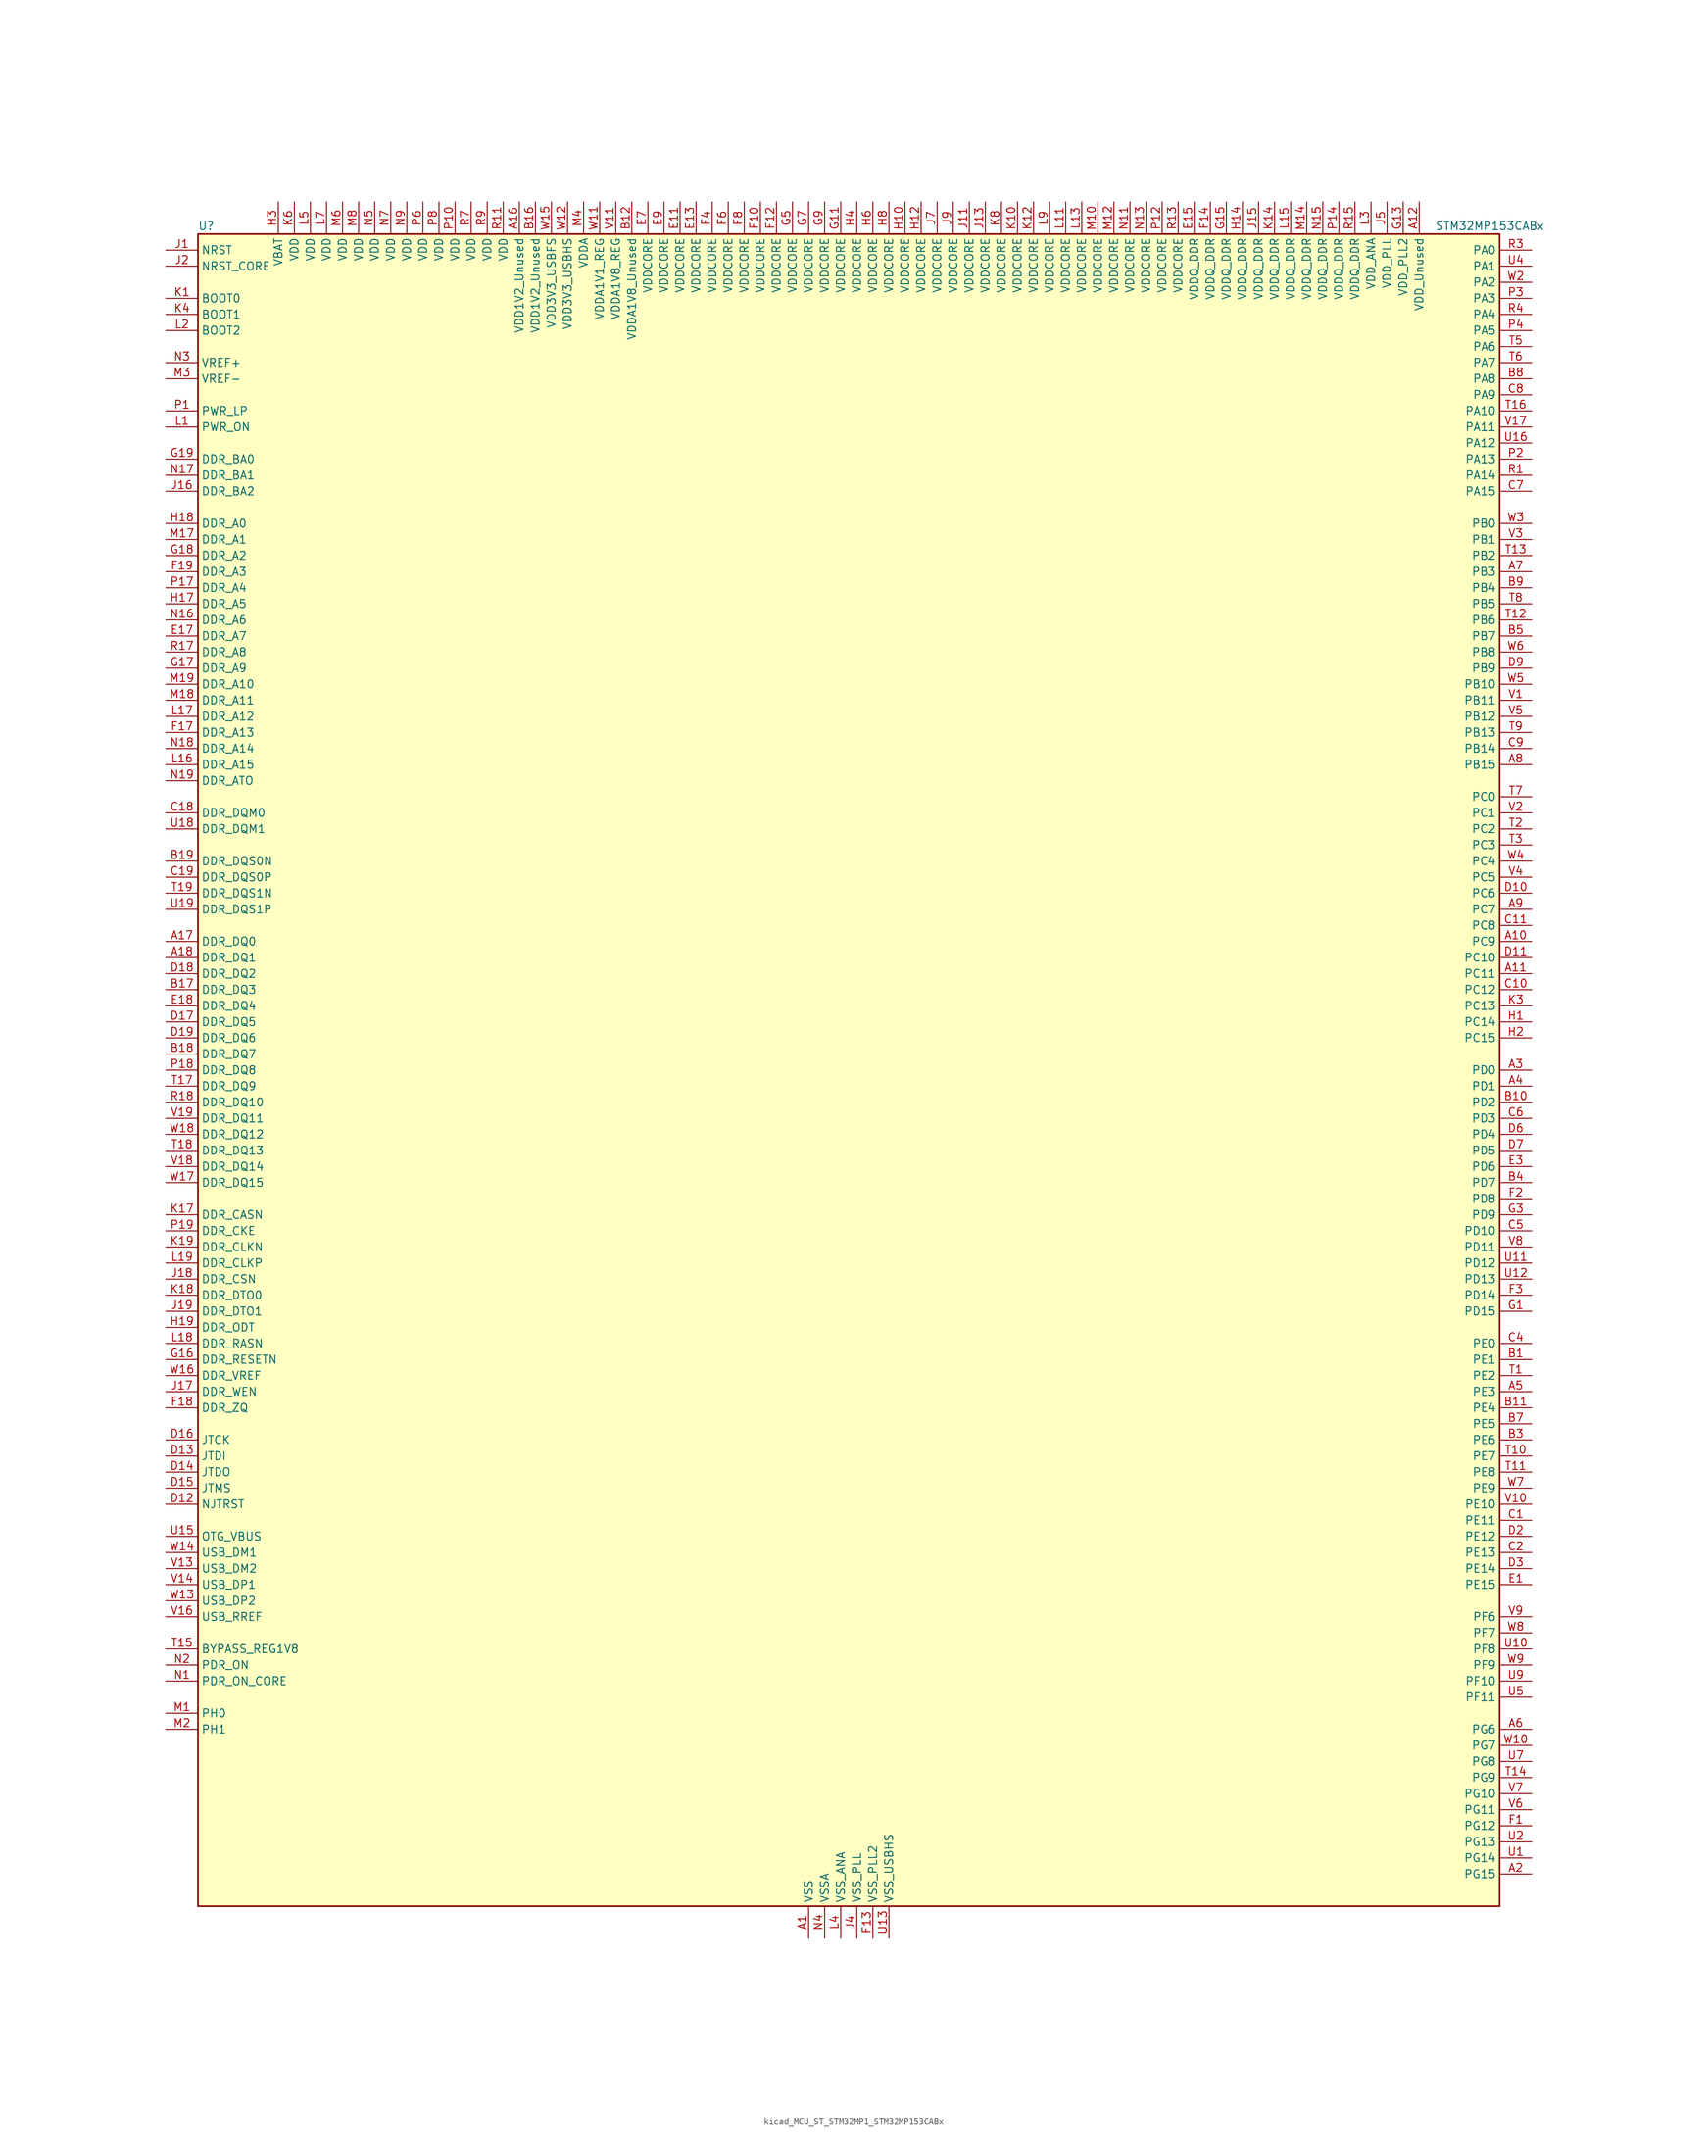
<source format=kicad_sym>
(kicad_symbol_lib
  (version 20220914)
  (generator kicad_symbol_editor)
  (symbol "kicad_MCU_ST_STM32MP1_STM32MP153CABx"
    (property "Reference" "U"
      (at -101.6 133.35 0)
      (effects (font (size 1.27 1.27)) (justify left)))
    (property "Value" "STM32MP153CABx"
      (at 93.98 133.35 0)
      (effects (font (size 1.27 1.27)) (justify left)))
    (property "ki_locked" ""
      (at 0 0 0)
      (effects (font (size 1.27 1.27))))
    (symbol "kicad_MCU_ST_STM32MP1_STM32MP153CABx_0_1"
      (rectangle (start -101.6 -132.08) (end 104.14 132.08) (stroke (width 0.254) (type default)) (fill (type background))))
    (symbol "kicad_MCU_ST_STM32MP1_STM32MP153CABx_1_1"
      (pin power_in line (at -5.08 -137.16 90) (length 5.08) (name "VSS" (effects (font (size 1.27 1.27)))) (number "A1" (effects (font (size 1.27 1.27)))))
      (pin bidirectional line (at 109.22 20.32 180) (length 5.08) (name "PC9" (effects (font (size 1.27 1.27)))) (number "A10" (effects (font (size 1.27 1.27)))) (alternate "DAC1_EXTI9" bidirectional line) (alternate "DCMI_D3" bidirectional line) (alternate "DEBUG_TRACED1" bidirectional line) (alternate "I2C3_SDA" bidirectional line) (alternate "I2S_CKIN" bidirectional line) (alternate "LTDC_B2" bidirectional line) (alternate "QUADSPI_BK1_IO0" bidirectional line) (alternate "SDMMC1_D1" bidirectional line) (alternate "TIM3_CH4" bidirectional line) (alternate "TIM8_CH4" bidirectional line) (alternate "UART5_CTS" bidirectional line))
      (pin bidirectional line (at 109.22 15.24 180) (length 5.08) (name "PC11" (effects (font (size 1.27 1.27)))) (number "A11" (effects (font (size 1.27 1.27)))) (alternate "ADC1_EXTI11" bidirectional line) (alternate "ADC2_EXTI11" bidirectional line) (alternate "DCMI_D4" bidirectional line) (alternate "DEBUG_TRACED3" bidirectional line) (alternate "DFSDM1_DATIN5" bidirectional line) (alternate "I2S3_SDI" bidirectional line) (alternate "QUADSPI_BK2_NCS" bidirectional line) (alternate "SAI4_SCK_B" bidirectional line) (alternate "SDMMC1_D3" bidirectional line) (alternate "SPI3_MISO" bidirectional line) (alternate "UART4_RX" bidirectional line) (alternate "USART3_RX" bidirectional line))
      (pin power_in line (at 91.44 137.16 270) (length 5.08) (name "VDD_Unused" (effects (font (size 1.27 1.27)))) (number "A12" (effects (font (size 1.27 1.27)))))
      (pin no_connect line (at -101.6 -132.08 0) (length 5.08) hide (name "DNU" (effects (font (size 1.27 1.27)))) (number "A13" (effects (font (size 1.27 1.27)))))
      (pin no_connect line (at -101.6 -129.54 0) (length 5.08) hide (name "DNU" (effects (font (size 1.27 1.27)))) (number "A14" (effects (font (size 1.27 1.27)))))
      (pin no_connect line (at -101.6 -127 0) (length 5.08) hide (name "DNU" (effects (font (size 1.27 1.27)))) (number "A15" (effects (font (size 1.27 1.27)))))
      (pin power_in line (at -50.8 137.16 270) (length 5.08) (name "VDD1V2_Unused" (effects (font (size 1.27 1.27)))) (number "A16" (effects (font (size 1.27 1.27)))))
      (pin bidirectional line (at -106.68 20.32 0) (length 5.08) (name "DDR_DQ0" (effects (font (size 1.27 1.27)))) (number "A17" (effects (font (size 1.27 1.27)))) (alternate "DDR_DQ0" bidirectional line))
      (pin bidirectional line (at -106.68 17.78 0) (length 5.08) (name "DDR_DQ1" (effects (font (size 1.27 1.27)))) (number "A18" (effects (font (size 1.27 1.27)))) (alternate "DDR_DQ1" bidirectional line))
      (pin passive line (at -5.08 -137.16 90) (length 5.08) hide (name "VSS" (effects (font (size 1.27 1.27)))) (number "A19" (effects (font (size 1.27 1.27)))))
      (pin bidirectional line (at 109.22 -127 180) (length 5.08) (name "PG15" (effects (font (size 1.27 1.27)))) (number "A2" (effects (font (size 1.27 1.27)))) (alternate "ADC1_EXTI15" bidirectional line) (alternate "ADC2_EXTI15" bidirectional line) (alternate "DCMI_D13" bidirectional line) (alternate "DEBUG_TRACED7" bidirectional line) (alternate "I2C2_SDA" bidirectional line) (alternate "SAI1_D2" bidirectional line) (alternate "SAI1_FS_A" bidirectional line) (alternate "SDMMC3_CK" bidirectional line) (alternate "USART6_CTS" bidirectional line) (alternate "USART6_NSS" bidirectional line))
      (pin bidirectional line (at 109.22 0 180) (length 5.08) (name "PD0" (effects (font (size 1.27 1.27)))) (number "A3" (effects (font (size 1.27 1.27)))) (alternate "DFSDM1_CKIN6" bidirectional line) (alternate "DFSDM1_DATIN7" bidirectional line) (alternate "FDCAN1_RX" bidirectional line) (alternate "FMC_D2" bidirectional line) (alternate "FMC_DA2" bidirectional line) (alternate "I2C5_SDA" bidirectional line) (alternate "I2C6_SDA" bidirectional line) (alternate "SAI3_SCK_A" bidirectional line) (alternate "SDMMC3_CMD" bidirectional line) (alternate "UART4_RX" bidirectional line))
      (pin bidirectional line (at 109.22 -2.54 180) (length 5.08) (name "PD1" (effects (font (size 1.27 1.27)))) (number "A4" (effects (font (size 1.27 1.27)))) (alternate "DFSDM1_CKIN7" bidirectional line) (alternate "DFSDM1_DATIN6" bidirectional line) (alternate "FDCAN1_TX" bidirectional line) (alternate "FMC_D3" bidirectional line) (alternate "FMC_DA3" bidirectional line) (alternate "I2C5_SCL" bidirectional line) (alternate "I2C6_SCL" bidirectional line) (alternate "SAI3_SD_A" bidirectional line) (alternate "SDMMC3_D0" bidirectional line) (alternate "UART4_TX" bidirectional line))
      (pin bidirectional line (at 109.22 -50.8 180) (length 5.08) (name "PE3" (effects (font (size 1.27 1.27)))) (number "A5" (effects (font (size 1.27 1.27)))) (alternate "DEBUG_TRACED0" bidirectional line) (alternate "FMC_A19" bidirectional line) (alternate "SAI1_SD_B" bidirectional line) (alternate "SDMMC2_CK" bidirectional line) (alternate "TIM15_BKIN" bidirectional line))
      (pin bidirectional line (at 109.22 -104.14 180) (length 5.08) (name "PG6" (effects (font (size 1.27 1.27)))) (number "A6" (effects (font (size 1.27 1.27)))) (alternate "DCMI_D12" bidirectional line) (alternate "DEBUG_TRACED14" bidirectional line) (alternate "LTDC_R7" bidirectional line) (alternate "SDMMC2_CMD" bidirectional line) (alternate "TIM17_BKIN" bidirectional line))
      (pin bidirectional line (at 109.22 78.74 180) (length 5.08) (name "PB3" (effects (font (size 1.27 1.27)))) (number "A7" (effects (font (size 1.27 1.27)))) (alternate "DEBUG_TRACED9" bidirectional line) (alternate "I2S1_CK" bidirectional line) (alternate "I2S3_CK" bidirectional line) (alternate "SAI4_CK1" bidirectional line) (alternate "SAI4_MCLK_A" bidirectional line) (alternate "SDMMC2_D2" bidirectional line) (alternate "SPI1_SCK" bidirectional line) (alternate "SPI3_SCK" bidirectional line) (alternate "SPI6_SCK" bidirectional line) (alternate "TIM2_CH2" bidirectional line) (alternate "UART7_RX" bidirectional line))
      (pin bidirectional line (at 109.22 48.26 180) (length 5.08) (name "PB15" (effects (font (size 1.27 1.27)))) (number "A8" (effects (font (size 1.27 1.27)))) (alternate "ADC1_EXTI15" bidirectional line) (alternate "ADC2_EXTI15" bidirectional line) (alternate "DFSDM1_CKIN2" bidirectional line) (alternate "I2S2_SDO" bidirectional line) (alternate "RTC_REFIN" bidirectional line) (alternate "SDMMC2_D1" bidirectional line) (alternate "SPI2_MOSI" bidirectional line) (alternate "TIM12_CH2" bidirectional line) (alternate "TIM1_CH3N" bidirectional line) (alternate "TIM8_CH3N" bidirectional line) (alternate "USART1_RX" bidirectional line))
      (pin bidirectional line (at 109.22 25.4 180) (length 5.08) (name "PC7" (effects (font (size 1.27 1.27)))) (number "A9" (effects (font (size 1.27 1.27)))) (alternate "DCMI_D1" bidirectional line) (alternate "DFSDM1_DATIN3" bidirectional line) (alternate "HDP_HDP4" bidirectional line) (alternate "I2S3_MCK" bidirectional line) (alternate "LTDC_G6" bidirectional line) (alternate "SDMMC1_D123DIR" bidirectional line) (alternate "SDMMC1_D7" bidirectional line) (alternate "SDMMC2_D123DIR" bidirectional line) (alternate "SDMMC2_D7" bidirectional line) (alternate "TIM3_CH2" bidirectional line) (alternate "TIM8_CH2" bidirectional line) (alternate "USART6_RX" bidirectional line))
      (pin bidirectional line (at 109.22 -45.72 180) (length 5.08) (name "PE1" (effects (font (size 1.27 1.27)))) (number "B1" (effects (font (size 1.27 1.27)))) (alternate "DCMI_D3" bidirectional line) (alternate "FMC_NBL1" bidirectional line) (alternate "I2S2_MCK" bidirectional line) (alternate "LPTIM1_IN2" bidirectional line) (alternate "SAI3_SD_B" bidirectional line) (alternate "UART8_TX" bidirectional line))
      (pin bidirectional line (at 109.22 -5.08 180) (length 5.08) (name "PD2" (effects (font (size 1.27 1.27)))) (number "B10" (effects (font (size 1.27 1.27)))) (alternate "DCMI_D11" bidirectional line) (alternate "I2C5_SMBA" bidirectional line) (alternate "SDMMC1_CMD" bidirectional line) (alternate "TIM3_ETR" bidirectional line) (alternate "UART4_RX" bidirectional line) (alternate "UART5_RX" bidirectional line))
      (pin bidirectional line (at 109.22 -53.34 180) (length 5.08) (name "PE4" (effects (font (size 1.27 1.27)))) (number "B11" (effects (font (size 1.27 1.27)))) (alternate "DCMI_D4" bidirectional line) (alternate "DEBUG_TRACED1" bidirectional line) (alternate "DFSDM1_DATIN3" bidirectional line) (alternate "FMC_A20" bidirectional line) (alternate "LTDC_B0" bidirectional line) (alternate "SAI1_D2" bidirectional line) (alternate "SAI1_FS_A" bidirectional line) (alternate "SDMMC1_CKIN" bidirectional line) (alternate "SDMMC1_D4" bidirectional line) (alternate "SDMMC2_CKIN" bidirectional line) (alternate "SDMMC2_D4" bidirectional line) (alternate "SPI4_NSS" bidirectional line) (alternate "TIM15_CH1N" bidirectional line))
      (pin power_in line (at -33.02 137.16 270) (length 5.08) (name "VDDA1V8_Unused" (effects (font (size 1.27 1.27)))) (number "B12" (effects (font (size 1.27 1.27)))))
      (pin no_connect line (at -101.6 -124.46 0) (length 5.08) hide (name "DNU" (effects (font (size 1.27 1.27)))) (number "B13" (effects (font (size 1.27 1.27)))))
      (pin no_connect line (at -101.6 -121.92 0) (length 5.08) hide (name "DNU" (effects (font (size 1.27 1.27)))) (number "B14" (effects (font (size 1.27 1.27)))))
      (pin no_connect line (at -101.6 -119.38 0) (length 5.08) hide (name "DNU" (effects (font (size 1.27 1.27)))) (number "B15" (effects (font (size 1.27 1.27)))))
      (pin power_in line (at -48.26 137.16 270) (length 5.08) (name "VDD1V2_Unused" (effects (font (size 1.27 1.27)))) (number "B16" (effects (font (size 1.27 1.27)))))
      (pin bidirectional line (at -106.68 12.7 0) (length 5.08) (name "DDR_DQ3" (effects (font (size 1.27 1.27)))) (number "B17" (effects (font (size 1.27 1.27)))) (alternate "DDR_DQ3" bidirectional line))
      (pin bidirectional line (at -106.68 2.54 0) (length 5.08) (name "DDR_DQ7" (effects (font (size 1.27 1.27)))) (number "B18" (effects (font (size 1.27 1.27)))) (alternate "DDR_DQ7" bidirectional line))
      (pin bidirectional line (at -106.68 33.02 0) (length 5.08) (name "DDR_DQS0N" (effects (font (size 1.27 1.27)))) (number "B19" (effects (font (size 1.27 1.27)))) (alternate "DDR_DQS0N" bidirectional line))
      (pin passive line (at -5.08 -137.16 90) (length 5.08) hide (name "VSS" (effects (font (size 1.27 1.27)))) (number "B2" (effects (font (size 1.27 1.27)))))
      (pin bidirectional line (at 109.22 -58.42 180) (length 5.08) (name "PE6" (effects (font (size 1.27 1.27)))) (number "B3" (effects (font (size 1.27 1.27)))) (alternate "DCMI_D7" bidirectional line) (alternate "DEBUG_TRACED2" bidirectional line) (alternate "FMC_A22" bidirectional line) (alternate "LTDC_G1" bidirectional line) (alternate "SAI1_D1" bidirectional line) (alternate "SAI1_SD_A" bidirectional line) (alternate "SAI2_MCLK_B" bidirectional line) (alternate "SDMMC1_D2" bidirectional line) (alternate "SDMMC2_D0" bidirectional line) (alternate "SPI4_MOSI" bidirectional line) (alternate "TIM15_CH2" bidirectional line) (alternate "TIM1_BKIN2" bidirectional line))
      (pin bidirectional line (at 109.22 -17.78 180) (length 5.08) (name "PD7" (effects (font (size 1.27 1.27)))) (number "B4" (effects (font (size 1.27 1.27)))) (alternate "DEBUG_TRACED6" bidirectional line) (alternate "DFSDM1_CKIN1" bidirectional line) (alternate "DFSDM1_DATIN4" bidirectional line) (alternate "FMC_NE1" bidirectional line) (alternate "I2C2_SCL" bidirectional line) (alternate "SDMMC3_D3" bidirectional line) (alternate "SPDIFRX_IN0" bidirectional line) (alternate "USART2_CK" bidirectional line))
      (pin bidirectional line (at 109.22 68.58 180) (length 5.08) (name "PB7" (effects (font (size 1.27 1.27)))) (number "B5" (effects (font (size 1.27 1.27)))) (alternate "DCMI_VSYNC" bidirectional line) (alternate "DFSDM1_CKIN5" bidirectional line) (alternate "FMC_NL" bidirectional line) (alternate "I2C1_SDA" bidirectional line) (alternate "I2C4_SDA" bidirectional line) (alternate "SDMMC2_D1" bidirectional line) (alternate "TIM17_CH1N" bidirectional line) (alternate "TIM4_CH2" bidirectional line) (alternate "USART1_RX" bidirectional line))
      (pin passive line (at -5.08 -137.16 90) (length 5.08) hide (name "VSS" (effects (font (size 1.27 1.27)))) (number "B6" (effects (font (size 1.27 1.27)))))
      (pin bidirectional line (at 109.22 -55.88 180) (length 5.08) (name "PE5" (effects (font (size 1.27 1.27)))) (number "B7" (effects (font (size 1.27 1.27)))) (alternate "DCMI_D6" bidirectional line) (alternate "DEBUG_TRACED3" bidirectional line) (alternate "DFSDM1_CKIN3" bidirectional line) (alternate "FMC_A21" bidirectional line) (alternate "LTDC_G0" bidirectional line) (alternate "SAI1_CK2" bidirectional line) (alternate "SAI1_SCK_A" bidirectional line) (alternate "SDMMC1_D0DIR" bidirectional line) (alternate "SDMMC1_D6" bidirectional line) (alternate "SDMMC2_D0DIR" bidirectional line) (alternate "SDMMC2_D6" bidirectional line) (alternate "SPI4_MISO" bidirectional line) (alternate "TIM15_CH1" bidirectional line))
      (pin bidirectional line (at 109.22 109.22 180) (length 5.08) (name "PA8" (effects (font (size 1.27 1.27)))) (number "B8" (effects (font (size 1.27 1.27)))) (alternate "I2C3_SCL" bidirectional line) (alternate "I2S3_SDO" bidirectional line) (alternate "LTDC_R6" bidirectional line) (alternate "RCC_MCO_1" bidirectional line) (alternate "SAI4_SD_B" bidirectional line) (alternate "SDMMC2_CKIN" bidirectional line) (alternate "SDMMC2_D4" bidirectional line) (alternate "SPI3_MOSI" bidirectional line) (alternate "TIM1_CH1" bidirectional line) (alternate "TIM8_BKIN2" bidirectional line) (alternate "UART7_RX" bidirectional line) (alternate "USART1_CK" bidirectional line) (alternate "USB_OTG_HS_SOF" bidirectional line))
      (pin bidirectional line (at 109.22 76.2 180) (length 5.08) (name "PB4" (effects (font (size 1.27 1.27)))) (number "B9" (effects (font (size 1.27 1.27)))) (alternate "DEBUG_TRACED8" bidirectional line) (alternate "I2S1_SDI" bidirectional line) (alternate "I2S2_WS" bidirectional line) (alternate "I2S3_SDI" bidirectional line) (alternate "SAI4_CK2" bidirectional line) (alternate "SAI4_SCK_A" bidirectional line) (alternate "SDMMC2_D3" bidirectional line) (alternate "SPI1_MISO" bidirectional line) (alternate "SPI2_NSS" bidirectional line) (alternate "SPI3_MISO" bidirectional line) (alternate "SPI6_MISO" bidirectional line) (alternate "TIM16_BKIN" bidirectional line) (alternate "TIM3_CH1" bidirectional line) (alternate "UART7_TX" bidirectional line))
      (pin bidirectional line (at 109.22 -71.12 180) (length 5.08) (name "PE11" (effects (font (size 1.27 1.27)))) (number "C1" (effects (font (size 1.27 1.27)))) (alternate "ADC1_EXTI11" bidirectional line) (alternate "ADC2_EXTI11" bidirectional line) (alternate "DCMI_D4" bidirectional line) (alternate "DFSDM1_CKIN4" bidirectional line) (alternate "FMC_D8" bidirectional line) (alternate "FMC_DA8" bidirectional line) (alternate "LTDC_G3" bidirectional line) (alternate "SAI2_SD_B" bidirectional line) (alternate "SPI4_NSS" bidirectional line) (alternate "TIM1_CH2" bidirectional line) (alternate "USART6_CK" bidirectional line))
      (pin bidirectional line (at 109.22 12.7 180) (length 5.08) (name "PC12" (effects (font (size 1.27 1.27)))) (number "C10" (effects (font (size 1.27 1.27)))) (alternate "DCMI_D9" bidirectional line) (alternate "DEBUG_TRACECLK" bidirectional line) (alternate "I2S3_SDO" bidirectional line) (alternate "RCC_MCO_2" bidirectional line) (alternate "SAI4_D3" bidirectional line) (alternate "SAI4_SD_B" bidirectional line) (alternate "SDMMC1_CK" bidirectional line) (alternate "SPI3_MOSI" bidirectional line) (alternate "UART5_TX" bidirectional line) (alternate "USART3_CK" bidirectional line))
      (pin bidirectional line (at 109.22 22.86 180) (length 5.08) (name "PC8" (effects (font (size 1.27 1.27)))) (number "C11" (effects (font (size 1.27 1.27)))) (alternate "DCMI_D2" bidirectional line) (alternate "DEBUG_TRACED0" bidirectional line) (alternate "SDMMC1_D0" bidirectional line) (alternate "TIM3_CH3" bidirectional line) (alternate "TIM8_CH3" bidirectional line) (alternate "UART4_TX" bidirectional line) (alternate "UART5_DE" bidirectional line) (alternate "UART5_RTS" bidirectional line) (alternate "USART6_CK" bidirectional line))
      (pin passive line (at -5.08 -137.16 90) (length 5.08) hide (name "VSS" (effects (font (size 1.27 1.27)))) (number "C12" (effects (font (size 1.27 1.27)))))
      (pin passive line (at -5.08 -137.16 90) (length 5.08) hide (name "VSS" (effects (font (size 1.27 1.27)))) (number "C13" (effects (font (size 1.27 1.27)))))
      (pin passive line (at -5.08 -137.16 90) (length 5.08) hide (name "VSS" (effects (font (size 1.27 1.27)))) (number "C14" (effects (font (size 1.27 1.27)))))
      (pin passive line (at -5.08 -137.16 90) (length 5.08) hide (name "VSS" (effects (font (size 1.27 1.27)))) (number "C15" (effects (font (size 1.27 1.27)))))
      (pin passive line (at -5.08 -137.16 90) (length 5.08) hide (name "VSS" (effects (font (size 1.27 1.27)))) (number "C16" (effects (font (size 1.27 1.27)))))
      (pin passive line (at -5.08 -137.16 90) (length 5.08) hide (name "VSS" (effects (font (size 1.27 1.27)))) (number "C17" (effects (font (size 1.27 1.27)))))
      (pin bidirectional line (at -106.68 40.64 0) (length 5.08) (name "DDR_DQM0" (effects (font (size 1.27 1.27)))) (number "C18" (effects (font (size 1.27 1.27)))) (alternate "DDR_DQM0" bidirectional line))
      (pin bidirectional line (at -106.68 30.48 0) (length 5.08) (name "DDR_DQS0P" (effects (font (size 1.27 1.27)))) (number "C19" (effects (font (size 1.27 1.27)))) (alternate "DDR_DQS0P" bidirectional line))
      (pin bidirectional line (at 109.22 -76.2 180) (length 5.08) (name "PE13" (effects (font (size 1.27 1.27)))) (number "C2" (effects (font (size 1.27 1.27)))) (alternate "DCMI_D6" bidirectional line) (alternate "DFSDM1_CKIN5" bidirectional line) (alternate "FMC_D10" bidirectional line) (alternate "FMC_DA10" bidirectional line) (alternate "HDP_HDP2" bidirectional line) (alternate "LTDC_DE" bidirectional line) (alternate "SAI2_FS_B" bidirectional line) (alternate "SPI4_MISO" bidirectional line) (alternate "TIM1_CH3" bidirectional line))
      (pin passive line (at -5.08 -137.16 90) (length 5.08) hide (name "VSS" (effects (font (size 1.27 1.27)))) (number "C3" (effects (font (size 1.27 1.27)))))
      (pin bidirectional line (at 109.22 -43.18 180) (length 5.08) (name "PE0" (effects (font (size 1.27 1.27)))) (number "C4" (effects (font (size 1.27 1.27)))) (alternate "DCMI_D2" bidirectional line) (alternate "FMC_NBL0" bidirectional line) (alternate "I2S3_CK" bidirectional line) (alternate "LPTIM1_ETR" bidirectional line) (alternate "LPTIM2_ETR" bidirectional line) (alternate "SAI2_MCLK_A" bidirectional line) (alternate "SAI4_MCLK_B" bidirectional line) (alternate "SPI3_SCK" bidirectional line) (alternate "TIM4_ETR" bidirectional line) (alternate "UART8_RX" bidirectional line))
      (pin bidirectional line (at 109.22 -25.4 180) (length 5.08) (name "PD10" (effects (font (size 1.27 1.27)))) (number "C5" (effects (font (size 1.27 1.27)))) (alternate "DFSDM1_CKOUT" bidirectional line) (alternate "FMC_D15" bidirectional line) (alternate "FMC_DA15" bidirectional line) (alternate "I2C5_SMBA" bidirectional line) (alternate "I2S3_SDI" bidirectional line) (alternate "LTDC_B3" bidirectional line) (alternate "RTC_REFIN" bidirectional line) (alternate "SAI3_FS_B" bidirectional line) (alternate "SPI3_MISO" bidirectional line) (alternate "TIM16_BKIN" bidirectional line) (alternate "USART3_CK" bidirectional line))
      (pin bidirectional line (at 109.22 -7.62 180) (length 5.08) (name "PD3" (effects (font (size 1.27 1.27)))) (number "C6" (effects (font (size 1.27 1.27)))) (alternate "DCMI_D5" bidirectional line) (alternate "DFSDM1_CKOUT" bidirectional line) (alternate "DFSDM1_DATIN0" bidirectional line) (alternate "FMC_CLK" bidirectional line) (alternate "HDP_HDP5" bidirectional line) (alternate "I2S2_CK" bidirectional line) (alternate "LTDC_G7" bidirectional line) (alternate "SDMMC1_D123DIR" bidirectional line) (alternate "SDMMC1_D7" bidirectional line) (alternate "SDMMC2_D123DIR" bidirectional line) (alternate "SDMMC2_D7" bidirectional line) (alternate "SPI2_SCK" bidirectional line) (alternate "USART2_CTS" bidirectional line) (alternate "USART2_NSS" bidirectional line))
      (pin bidirectional line (at 109.22 91.44 180) (length 5.08) (name "PA15" (effects (font (size 1.27 1.27)))) (number "C7" (effects (font (size 1.27 1.27)))) (alternate "ADC1_EXTI15" bidirectional line) (alternate "ADC2_EXTI15" bidirectional line) (alternate "CEC" bidirectional line) (alternate "DEBUG_DBTRGI" bidirectional line) (alternate "I2S1_WS" bidirectional line) (alternate "I2S3_WS" bidirectional line) (alternate "LTDC_R1" bidirectional line) (alternate "SAI4_D2" bidirectional line) (alternate "SAI4_FS_A" bidirectional line) (alternate "SDMMC1_CDIR" bidirectional line) (alternate "SDMMC1_D5" bidirectional line) (alternate "SDMMC2_CDIR" bidirectional line) (alternate "SDMMC2_D5" bidirectional line) (alternate "SPI1_NSS" bidirectional line) (alternate "SPI3_NSS" bidirectional line) (alternate "SPI6_NSS" bidirectional line) (alternate "TIM2_CH1" bidirectional line) (alternate "TIM2_ETR" bidirectional line) (alternate "UART4_DE" bidirectional line) (alternate "UART4_RTS" bidirectional line) (alternate "UART7_TX" bidirectional line))
      (pin bidirectional line (at 109.22 106.68 180) (length 5.08) (name "PA9" (effects (font (size 1.27 1.27)))) (number "C8" (effects (font (size 1.27 1.27)))) (alternate "DAC1_EXTI9" bidirectional line) (alternate "DCMI_D0" bidirectional line) (alternate "I2C3_SMBA" bidirectional line) (alternate "I2S2_CK" bidirectional line) (alternate "LTDC_R5" bidirectional line) (alternate "SDMMC2_CDIR" bidirectional line) (alternate "SDMMC2_D5" bidirectional line) (alternate "SPI2_SCK" bidirectional line) (alternate "TIM1_CH2" bidirectional line) (alternate "USART1_TX" bidirectional line))
      (pin bidirectional line (at 109.22 50.8 180) (length 5.08) (name "PB14" (effects (font (size 1.27 1.27)))) (number "C9" (effects (font (size 1.27 1.27)))) (alternate "DFSDM1_DATIN2" bidirectional line) (alternate "I2S2_SDI" bidirectional line) (alternate "SDMMC2_D0" bidirectional line) (alternate "SPI2_MISO" bidirectional line) (alternate "TIM12_CH1" bidirectional line) (alternate "TIM1_CH2N" bidirectional line) (alternate "TIM8_CH2N" bidirectional line) (alternate "USART1_TX" bidirectional line) (alternate "USART3_DE" bidirectional line) (alternate "USART3_RTS" bidirectional line))
      (pin passive line (at -5.08 -137.16 90) (length 5.08) hide (name "VSS" (effects (font (size 1.27 1.27)))) (number "D1" (effects (font (size 1.27 1.27)))))
      (pin bidirectional line (at 109.22 27.94 180) (length 5.08) (name "PC6" (effects (font (size 1.27 1.27)))) (number "D10" (effects (font (size 1.27 1.27)))) (alternate "DCMI_D0" bidirectional line) (alternate "DFSDM1_CKIN3" bidirectional line) (alternate "HDP_HDP1" bidirectional line) (alternate "I2S2_MCK" bidirectional line) (alternate "LTDC_HSYNC" bidirectional line) (alternate "SDMMC1_D0DIR" bidirectional line) (alternate "SDMMC1_D6" bidirectional line) (alternate "SDMMC2_D0DIR" bidirectional line) (alternate "SDMMC2_D6" bidirectional line) (alternate "TIM3_CH1" bidirectional line) (alternate "TIM8_CH1" bidirectional line) (alternate "USART6_TX" bidirectional line))
      (pin bidirectional line (at 109.22 17.78 180) (length 5.08) (name "PC10" (effects (font (size 1.27 1.27)))) (number "D11" (effects (font (size 1.27 1.27)))) (alternate "DCMI_D8" bidirectional line) (alternate "DEBUG_TRACED2" bidirectional line) (alternate "DFSDM1_CKIN5" bidirectional line) (alternate "I2S3_CK" bidirectional line) (alternate "LTDC_R2" bidirectional line) (alternate "QUADSPI_BK1_IO1" bidirectional line) (alternate "SAI4_MCLK_B" bidirectional line) (alternate "SDMMC1_D2" bidirectional line) (alternate "SPI3_SCK" bidirectional line) (alternate "UART4_TX" bidirectional line) (alternate "USART3_TX" bidirectional line))
      (pin bidirectional line (at -106.68 -68.58 0) (length 5.08) (name "NJTRST" (effects (font (size 1.27 1.27)))) (number "D12" (effects (font (size 1.27 1.27)))) (alternate "DEBUG_JTRST" bidirectional line))
      (pin bidirectional line (at -106.68 -60.96 0) (length 5.08) (name "JTDI" (effects (font (size 1.27 1.27)))) (number "D13" (effects (font (size 1.27 1.27)))) (alternate "DEBUG_JTDI" bidirectional line))
      (pin bidirectional line (at -106.68 -63.5 0) (length 5.08) (name "JTDO" (effects (font (size 1.27 1.27)))) (number "D14" (effects (font (size 1.27 1.27)))) (alternate "DEBUG_JTDO-SWO" bidirectional line))
      (pin bidirectional line (at -106.68 -66.04 0) (length 5.08) (name "JTMS" (effects (font (size 1.27 1.27)))) (number "D15" (effects (font (size 1.27 1.27)))) (alternate "DEBUG_JTMS-SWDIO" bidirectional line))
      (pin bidirectional line (at -106.68 -58.42 0) (length 5.08) (name "JTCK" (effects (font (size 1.27 1.27)))) (number "D16" (effects (font (size 1.27 1.27)))) (alternate "DEBUG_JTCK-SWCLK" bidirectional line))
      (pin bidirectional line (at -106.68 7.62 0) (length 5.08) (name "DDR_DQ5" (effects (font (size 1.27 1.27)))) (number "D17" (effects (font (size 1.27 1.27)))) (alternate "DDR_DQ5" bidirectional line))
      (pin bidirectional line (at -106.68 15.24 0) (length 5.08) (name "DDR_DQ2" (effects (font (size 1.27 1.27)))) (number "D18" (effects (font (size 1.27 1.27)))) (alternate "DDR_DQ2" bidirectional line))
      (pin bidirectional line (at -106.68 5.08 0) (length 5.08) (name "DDR_DQ6" (effects (font (size 1.27 1.27)))) (number "D19" (effects (font (size 1.27 1.27)))) (alternate "DDR_DQ6" bidirectional line))
      (pin bidirectional line (at 109.22 -73.66 180) (length 5.08) (name "PE12" (effects (font (size 1.27 1.27)))) (number "D2" (effects (font (size 1.27 1.27)))) (alternate "DFSDM1_DATIN5" bidirectional line) (alternate "FMC_D9" bidirectional line) (alternate "FMC_DA9" bidirectional line) (alternate "LTDC_B4" bidirectional line) (alternate "SAI2_SCK_B" bidirectional line) (alternate "SDMMC1_D0DIR" bidirectional line) (alternate "SPI4_SCK" bidirectional line) (alternate "TIM1_CH3N" bidirectional line))
      (pin bidirectional line (at 109.22 -78.74 180) (length 5.08) (name "PE14" (effects (font (size 1.27 1.27)))) (number "D3" (effects (font (size 1.27 1.27)))) (alternate "FMC_D11" bidirectional line) (alternate "FMC_DA11" bidirectional line) (alternate "LTDC_CLK" bidirectional line) (alternate "LTDC_G0" bidirectional line) (alternate "SAI2_MCLK_B" bidirectional line) (alternate "SDMMC1_D123DIR" bidirectional line) (alternate "SPI4_MOSI" bidirectional line) (alternate "TIM1_CH4" bidirectional line) (alternate "UART8_DE" bidirectional line) (alternate "UART8_RTS" bidirectional line))
      (pin passive line (at -5.08 -137.16 90) (length 5.08) hide (name "VSS" (effects (font (size 1.27 1.27)))) (number "D4" (effects (font (size 1.27 1.27)))))
      (pin passive line (at -5.08 -137.16 90) (length 5.08) hide (name "VSS" (effects (font (size 1.27 1.27)))) (number "D5" (effects (font (size 1.27 1.27)))))
      (pin bidirectional line (at 109.22 -10.16 180) (length 5.08) (name "PD4" (effects (font (size 1.27 1.27)))) (number "D6" (effects (font (size 1.27 1.27)))) (alternate "DFSDM1_CKIN0" bidirectional line) (alternate "FMC_NOE" bidirectional line) (alternate "SAI3_FS_A" bidirectional line) (alternate "SDMMC3_D1" bidirectional line) (alternate "USART2_DE" bidirectional line) (alternate "USART2_RTS" bidirectional line))
      (pin bidirectional line (at 109.22 -12.7 180) (length 5.08) (name "PD5" (effects (font (size 1.27 1.27)))) (number "D7" (effects (font (size 1.27 1.27)))) (alternate "FMC_NWE" bidirectional line) (alternate "SDMMC3_D2" bidirectional line) (alternate "USART2_TX" bidirectional line))
      (pin passive line (at -5.08 -137.16 90) (length 5.08) hide (name "VSS" (effects (font (size 1.27 1.27)))) (number "D8" (effects (font (size 1.27 1.27)))))
      (pin bidirectional line (at 109.22 63.5 180) (length 5.08) (name "PB9" (effects (font (size 1.27 1.27)))) (number "D9" (effects (font (size 1.27 1.27)))) (alternate "DAC1_EXTI9" bidirectional line) (alternate "DCMI_D7" bidirectional line) (alternate "DFSDM1_DATIN7" bidirectional line) (alternate "FDCAN1_TX" bidirectional line) (alternate "HDP_HDP7" bidirectional line) (alternate "I2C1_SDA" bidirectional line) (alternate "I2C4_SDA" bidirectional line) (alternate "I2S2_WS" bidirectional line) (alternate "LTDC_B7" bidirectional line) (alternate "SDMMC1_CDIR" bidirectional line) (alternate "SDMMC1_D5" bidirectional line) (alternate "SDMMC2_CDIR" bidirectional line) (alternate "SDMMC2_D5" bidirectional line) (alternate "SPI2_NSS" bidirectional line) (alternate "TIM17_CH1" bidirectional line) (alternate "TIM4_CH4" bidirectional line) (alternate "UART4_TX" bidirectional line))
      (pin bidirectional line (at 109.22 -81.28 180) (length 5.08) (name "PE15" (effects (font (size 1.27 1.27)))) (number "E1" (effects (font (size 1.27 1.27)))) (alternate "ADC1_EXTI15" bidirectional line) (alternate "ADC2_EXTI15" bidirectional line) (alternate "FMC_D12" bidirectional line) (alternate "FMC_DA12" bidirectional line) (alternate "FMC_NCE2" bidirectional line) (alternate "HDP_HDP3" bidirectional line) (alternate "LTDC_R7" bidirectional line) (alternate "TIM15_BKIN" bidirectional line) (alternate "TIM1_BKIN" bidirectional line) (alternate "UART8_CTS" bidirectional line) (alternate "USART2_CTS" bidirectional line) (alternate "USART2_NSS" bidirectional line))
      (pin passive line (at -5.08 -137.16 90) (length 5.08) hide (name "VSS" (effects (font (size 1.27 1.27)))) (number "E10" (effects (font (size 1.27 1.27)))))
      (pin power_in line (at -25.4 137.16 270) (length 5.08) (name "VDDCORE" (effects (font (size 1.27 1.27)))) (number "E11" (effects (font (size 1.27 1.27)))))
      (pin passive line (at -5.08 -137.16 90) (length 5.08) hide (name "VSS" (effects (font (size 1.27 1.27)))) (number "E12" (effects (font (size 1.27 1.27)))))
      (pin power_in line (at -22.86 137.16 270) (length 5.08) (name "VDDCORE" (effects (font (size 1.27 1.27)))) (number "E13" (effects (font (size 1.27 1.27)))))
      (pin passive line (at -5.08 -137.16 90) (length 5.08) hide (name "VSS" (effects (font (size 1.27 1.27)))) (number "E14" (effects (font (size 1.27 1.27)))))
      (pin power_in line (at 55.88 137.16 270) (length 5.08) (name "VDDQ_DDR" (effects (font (size 1.27 1.27)))) (number "E15" (effects (font (size 1.27 1.27)))))
      (pin passive line (at -5.08 -137.16 90) (length 5.08) hide (name "VSS" (effects (font (size 1.27 1.27)))) (number "E16" (effects (font (size 1.27 1.27)))))
      (pin bidirectional line (at -106.68 68.58 0) (length 5.08) (name "DDR_A7" (effects (font (size 1.27 1.27)))) (number "E17" (effects (font (size 1.27 1.27)))) (alternate "DDR_A7" bidirectional line))
      (pin bidirectional line (at -106.68 10.16 0) (length 5.08) (name "DDR_DQ4" (effects (font (size 1.27 1.27)))) (number "E18" (effects (font (size 1.27 1.27)))) (alternate "DDR_DQ4" bidirectional line))
      (pin passive line (at -5.08 -137.16 90) (length 5.08) hide (name "VSS" (effects (font (size 1.27 1.27)))) (number "E2" (effects (font (size 1.27 1.27)))))
      (pin bidirectional line (at 109.22 -15.24 180) (length 5.08) (name "PD6" (effects (font (size 1.27 1.27)))) (number "E3" (effects (font (size 1.27 1.27)))) (alternate "DCMI_D10" bidirectional line) (alternate "DFSDM1_CKIN4" bidirectional line) (alternate "DFSDM1_DATIN1" bidirectional line) (alternate "FMC_NWAIT" bidirectional line) (alternate "I2S3_SDO" bidirectional line) (alternate "LTDC_B2" bidirectional line) (alternate "SAI1_D1" bidirectional line) (alternate "SAI1_SD_A" bidirectional line) (alternate "SPI3_MOSI" bidirectional line) (alternate "TIM16_CH1N" bidirectional line) (alternate "USART2_RX" bidirectional line))
      (pin passive line (at -5.08 -137.16 90) (length 5.08) hide (name "VSS" (effects (font (size 1.27 1.27)))) (number "E4" (effects (font (size 1.27 1.27)))))
      (pin passive line (at -5.08 -137.16 90) (length 5.08) hide (name "VSS" (effects (font (size 1.27 1.27)))) (number "E5" (effects (font (size 1.27 1.27)))))
      (pin passive line (at -5.08 -137.16 90) (length 5.08) hide (name "VSS" (effects (font (size 1.27 1.27)))) (number "E6" (effects (font (size 1.27 1.27)))))
      (pin power_in line (at -30.48 137.16 270) (length 5.08) (name "VDDCORE" (effects (font (size 1.27 1.27)))) (number "E7" (effects (font (size 1.27 1.27)))))
      (pin passive line (at -5.08 -137.16 90) (length 5.08) hide (name "VSS" (effects (font (size 1.27 1.27)))) (number "E8" (effects (font (size 1.27 1.27)))))
      (pin power_in line (at -27.94 137.16 270) (length 5.08) (name "VDDCORE" (effects (font (size 1.27 1.27)))) (number "E9" (effects (font (size 1.27 1.27)))))
      (pin bidirectional line (at 109.22 -119.38 180) (length 5.08) (name "PG12" (effects (font (size 1.27 1.27)))) (number "F1" (effects (font (size 1.27 1.27)))) (alternate "ETH1_PHY_INTN" bidirectional line) (alternate "FMC_NE4" bidirectional line) (alternate "LPTIM1_IN1" bidirectional line) (alternate "LTDC_B1" bidirectional line) (alternate "LTDC_B4" bidirectional line) (alternate "SAI4_CK2" bidirectional line) (alternate "SAI4_SCK_A" bidirectional line) (alternate "SPDIFRX_IN1" bidirectional line) (alternate "SPI6_MISO" bidirectional line) (alternate "USART6_DE" bidirectional line) (alternate "USART6_RTS" bidirectional line))
      (pin power_in line (at -12.7 137.16 270) (length 5.08) (name "VDDCORE" (effects (font (size 1.27 1.27)))) (number "F10" (effects (font (size 1.27 1.27)))))
      (pin passive line (at -5.08 -137.16 90) (length 5.08) hide (name "VSS" (effects (font (size 1.27 1.27)))) (number "F11" (effects (font (size 1.27 1.27)))))
      (pin power_in line (at -10.16 137.16 270) (length 5.08) (name "VDDCORE" (effects (font (size 1.27 1.27)))) (number "F12" (effects (font (size 1.27 1.27)))))
      (pin power_in line (at 5.08 -137.16 90) (length 5.08) (name "VSS_PLL2" (effects (font (size 1.27 1.27)))) (number "F13" (effects (font (size 1.27 1.27)))))
      (pin power_in line (at 58.42 137.16 270) (length 5.08) (name "VDDQ_DDR" (effects (font (size 1.27 1.27)))) (number "F14" (effects (font (size 1.27 1.27)))))
      (pin passive line (at -5.08 -137.16 90) (length 5.08) hide (name "VSS" (effects (font (size 1.27 1.27)))) (number "F15" (effects (font (size 1.27 1.27)))))
      (pin bidirectional line (at -106.68 53.34 0) (length 5.08) (name "DDR_A13" (effects (font (size 1.27 1.27)))) (number "F17" (effects (font (size 1.27 1.27)))) (alternate "DDR_A13" bidirectional line))
      (pin bidirectional line (at -106.68 -53.34 0) (length 5.08) (name "DDR_ZQ" (effects (font (size 1.27 1.27)))) (number "F18" (effects (font (size 1.27 1.27)))) (alternate "DDR_ZQ" bidirectional line))
      (pin bidirectional line (at -106.68 78.74 0) (length 5.08) (name "DDR_A3" (effects (font (size 1.27 1.27)))) (number "F19" (effects (font (size 1.27 1.27)))) (alternate "DDR_A3" bidirectional line))
      (pin bidirectional line (at 109.22 -20.32 180) (length 5.08) (name "PD8" (effects (font (size 1.27 1.27)))) (number "F2" (effects (font (size 1.27 1.27)))) (alternate "DFSDM1_CKIN3" bidirectional line) (alternate "FMC_D13" bidirectional line) (alternate "FMC_DA13" bidirectional line) (alternate "LTDC_B7" bidirectional line) (alternate "SAI3_SCK_B" bidirectional line) (alternate "SPDIFRX_IN1" bidirectional line) (alternate "USART3_TX" bidirectional line))
      (pin bidirectional line (at 109.22 -35.56 180) (length 5.08) (name "PD14" (effects (font (size 1.27 1.27)))) (number "F3" (effects (font (size 1.27 1.27)))) (alternate "FMC_D0" bidirectional line) (alternate "FMC_DA0" bidirectional line) (alternate "SAI3_MCLK_B" bidirectional line) (alternate "TIM4_CH3" bidirectional line) (alternate "UART8_CTS" bidirectional line))
      (pin power_in line (at -20.32 137.16 270) (length 5.08) (name "VDDCORE" (effects (font (size 1.27 1.27)))) (number "F4" (effects (font (size 1.27 1.27)))))
      (pin passive line (at -5.08 -137.16 90) (length 5.08) hide (name "VSS" (effects (font (size 1.27 1.27)))) (number "F5" (effects (font (size 1.27 1.27)))))
      (pin power_in line (at -17.78 137.16 270) (length 5.08) (name "VDDCORE" (effects (font (size 1.27 1.27)))) (number "F6" (effects (font (size 1.27 1.27)))))
      (pin passive line (at -5.08 -137.16 90) (length 5.08) hide (name "VSS" (effects (font (size 1.27 1.27)))) (number "F7" (effects (font (size 1.27 1.27)))))
      (pin power_in line (at -15.24 137.16 270) (length 5.08) (name "VDDCORE" (effects (font (size 1.27 1.27)))) (number "F8" (effects (font (size 1.27 1.27)))))
      (pin passive line (at -5.08 -137.16 90) (length 5.08) hide (name "VSS" (effects (font (size 1.27 1.27)))) (number "F9" (effects (font (size 1.27 1.27)))))
      (pin bidirectional line (at 109.22 -38.1 180) (length 5.08) (name "PD15" (effects (font (size 1.27 1.27)))) (number "G1" (effects (font (size 1.27 1.27)))) (alternate "ADC1_EXTI15" bidirectional line) (alternate "ADC2_EXTI15" bidirectional line) (alternate "FMC_D1" bidirectional line) (alternate "FMC_DA1" bidirectional line) (alternate "LTDC_R1" bidirectional line) (alternate "SAI3_MCLK_A" bidirectional line) (alternate "TIM4_CH4" bidirectional line) (alternate "UART8_CTS" bidirectional line))
      (pin passive line (at -5.08 -137.16 90) (length 5.08) hide (name "VSS" (effects (font (size 1.27 1.27)))) (number "G10" (effects (font (size 1.27 1.27)))))
      (pin power_in line (at 0 137.16 270) (length 5.08) (name "VDDCORE" (effects (font (size 1.27 1.27)))) (number "G11" (effects (font (size 1.27 1.27)))))
      (pin passive line (at -5.08 -137.16 90) (length 5.08) hide (name "VSS" (effects (font (size 1.27 1.27)))) (number "G12" (effects (font (size 1.27 1.27)))))
      (pin power_in line (at 88.9 137.16 270) (length 5.08) (name "VDD_PLL2" (effects (font (size 1.27 1.27)))) (number "G13" (effects (font (size 1.27 1.27)))))
      (pin passive line (at -5.08 -137.16 90) (length 5.08) hide (name "VSS" (effects (font (size 1.27 1.27)))) (number "G14" (effects (font (size 1.27 1.27)))))
      (pin power_in line (at 60.96 137.16 270) (length 5.08) (name "VDDQ_DDR" (effects (font (size 1.27 1.27)))) (number "G15" (effects (font (size 1.27 1.27)))))
      (pin bidirectional line (at -106.68 -45.72 0) (length 5.08) (name "DDR_RESETN" (effects (font (size 1.27 1.27)))) (number "G16" (effects (font (size 1.27 1.27)))) (alternate "DDR_RESETN" bidirectional line))
      (pin bidirectional line (at -106.68 63.5 0) (length 5.08) (name "DDR_A9" (effects (font (size 1.27 1.27)))) (number "G17" (effects (font (size 1.27 1.27)))) (alternate "DDR_A9" bidirectional line))
      (pin bidirectional line (at -106.68 81.28 0) (length 5.08) (name "DDR_A2" (effects (font (size 1.27 1.27)))) (number "G18" (effects (font (size 1.27 1.27)))) (alternate "DDR_A2" bidirectional line))
      (pin bidirectional line (at -106.68 96.52 0) (length 5.08) (name "DDR_BA0" (effects (font (size 1.27 1.27)))) (number "G19" (effects (font (size 1.27 1.27)))) (alternate "DDR_BA0" bidirectional line))
      (pin passive line (at -5.08 -137.16 90) (length 5.08) hide (name "VSS" (effects (font (size 1.27 1.27)))) (number "G2" (effects (font (size 1.27 1.27)))))
      (pin bidirectional line (at 109.22 -22.86 180) (length 5.08) (name "PD9" (effects (font (size 1.27 1.27)))) (number "G3" (effects (font (size 1.27 1.27)))) (alternate "DAC1_EXTI9" bidirectional line) (alternate "DCMI_HSYNC" bidirectional line) (alternate "DFSDM1_DATIN3" bidirectional line) (alternate "FMC_D14" bidirectional line) (alternate "FMC_DA14" bidirectional line) (alternate "LTDC_B0" bidirectional line) (alternate "SAI3_SD_B" bidirectional line) (alternate "USART3_RX" bidirectional line))
      (pin passive line (at -5.08 -137.16 90) (length 5.08) hide (name "VSS" (effects (font (size 1.27 1.27)))) (number "G4" (effects (font (size 1.27 1.27)))))
      (pin power_in line (at -7.62 137.16 270) (length 5.08) (name "VDDCORE" (effects (font (size 1.27 1.27)))) (number "G5" (effects (font (size 1.27 1.27)))))
      (pin passive line (at -5.08 -137.16 90) (length 5.08) hide (name "VSS" (effects (font (size 1.27 1.27)))) (number "G6" (effects (font (size 1.27 1.27)))))
      (pin power_in line (at -5.08 137.16 270) (length 5.08) (name "VDDCORE" (effects (font (size 1.27 1.27)))) (number "G7" (effects (font (size 1.27 1.27)))))
      (pin passive line (at -5.08 -137.16 90) (length 5.08) hide (name "VSS" (effects (font (size 1.27 1.27)))) (number "G8" (effects (font (size 1.27 1.27)))))
      (pin power_in line (at -2.54 137.16 270) (length 5.08) (name "VDDCORE" (effects (font (size 1.27 1.27)))) (number "G9" (effects (font (size 1.27 1.27)))))
      (pin bidirectional line (at 109.22 7.62 180) (length 5.08) (name "PC14" (effects (font (size 1.27 1.27)))) (number "H1" (effects (font (size 1.27 1.27)))) (alternate "RCC_OSC32_IN" bidirectional line))
      (pin power_in line (at 10.16 137.16 270) (length 5.08) (name "VDDCORE" (effects (font (size 1.27 1.27)))) (number "H10" (effects (font (size 1.27 1.27)))))
      (pin passive line (at -5.08 -137.16 90) (length 5.08) hide (name "VSS" (effects (font (size 1.27 1.27)))) (number "H11" (effects (font (size 1.27 1.27)))))
      (pin power_in line (at 12.7 137.16 270) (length 5.08) (name "VDDCORE" (effects (font (size 1.27 1.27)))) (number "H12" (effects (font (size 1.27 1.27)))))
      (pin passive line (at -5.08 -137.16 90) (length 5.08) hide (name "VSS" (effects (font (size 1.27 1.27)))) (number "H13" (effects (font (size 1.27 1.27)))))
      (pin power_in line (at 63.5 137.16 270) (length 5.08) (name "VDDQ_DDR" (effects (font (size 1.27 1.27)))) (number "H14" (effects (font (size 1.27 1.27)))))
      (pin passive line (at -5.08 -137.16 90) (length 5.08) hide (name "VSS" (effects (font (size 1.27 1.27)))) (number "H15" (effects (font (size 1.27 1.27)))))
      (pin bidirectional line (at -106.68 73.66 0) (length 5.08) (name "DDR_A5" (effects (font (size 1.27 1.27)))) (number "H17" (effects (font (size 1.27 1.27)))) (alternate "DDR_A5" bidirectional line))
      (pin bidirectional line (at -106.68 86.36 0) (length 5.08) (name "DDR_A0" (effects (font (size 1.27 1.27)))) (number "H18" (effects (font (size 1.27 1.27)))) (alternate "DDR_A0" bidirectional line))
      (pin bidirectional line (at -106.68 -40.64 0) (length 5.08) (name "DDR_ODT" (effects (font (size 1.27 1.27)))) (number "H19" (effects (font (size 1.27 1.27)))) (alternate "DDR_ODT" bidirectional line))
      (pin bidirectional line (at 109.22 5.08 180) (length 5.08) (name "PC15" (effects (font (size 1.27 1.27)))) (number "H2" (effects (font (size 1.27 1.27)))) (alternate "ADC1_EXTI15" bidirectional line) (alternate "ADC2_EXTI15" bidirectional line) (alternate "RCC_OSC32_OUT" bidirectional line))
      (pin power_in line (at -88.9 137.16 270) (length 5.08) (name "VBAT" (effects (font (size 1.27 1.27)))) (number "H3" (effects (font (size 1.27 1.27)))))
      (pin power_in line (at 2.54 137.16 270) (length 5.08) (name "VDDCORE" (effects (font (size 1.27 1.27)))) (number "H4" (effects (font (size 1.27 1.27)))))
      (pin passive line (at -5.08 -137.16 90) (length 5.08) hide (name "VSS" (effects (font (size 1.27 1.27)))) (number "H5" (effects (font (size 1.27 1.27)))))
      (pin power_in line (at 5.08 137.16 270) (length 5.08) (name "VDDCORE" (effects (font (size 1.27 1.27)))) (number "H6" (effects (font (size 1.27 1.27)))))
      (pin passive line (at -5.08 -137.16 90) (length 5.08) hide (name "VSS" (effects (font (size 1.27 1.27)))) (number "H7" (effects (font (size 1.27 1.27)))))
      (pin power_in line (at 7.62 137.16 270) (length 5.08) (name "VDDCORE" (effects (font (size 1.27 1.27)))) (number "H8" (effects (font (size 1.27 1.27)))))
      (pin passive line (at -5.08 -137.16 90) (length 5.08) hide (name "VSS" (effects (font (size 1.27 1.27)))) (number "H9" (effects (font (size 1.27 1.27)))))
      (pin input line (at -106.68 129.54 0) (length 5.08) (name "NRST" (effects (font (size 1.27 1.27)))) (number "J1" (effects (font (size 1.27 1.27)))))
      (pin passive line (at -5.08 -137.16 90) (length 5.08) hide (name "VSS" (effects (font (size 1.27 1.27)))) (number "J10" (effects (font (size 1.27 1.27)))))
      (pin power_in line (at 20.32 137.16 270) (length 5.08) (name "VDDCORE" (effects (font (size 1.27 1.27)))) (number "J11" (effects (font (size 1.27 1.27)))))
      (pin passive line (at -5.08 -137.16 90) (length 5.08) hide (name "VSS" (effects (font (size 1.27 1.27)))) (number "J12" (effects (font (size 1.27 1.27)))))
      (pin power_in line (at 22.86 137.16 270) (length 5.08) (name "VDDCORE" (effects (font (size 1.27 1.27)))) (number "J13" (effects (font (size 1.27 1.27)))))
      (pin passive line (at -5.08 -137.16 90) (length 5.08) hide (name "VSS" (effects (font (size 1.27 1.27)))) (number "J14" (effects (font (size 1.27 1.27)))))
      (pin power_in line (at 66.04 137.16 270) (length 5.08) (name "VDDQ_DDR" (effects (font (size 1.27 1.27)))) (number "J15" (effects (font (size 1.27 1.27)))))
      (pin bidirectional line (at -106.68 91.44 0) (length 5.08) (name "DDR_BA2" (effects (font (size 1.27 1.27)))) (number "J16" (effects (font (size 1.27 1.27)))) (alternate "DDR_BA2" bidirectional line))
      (pin bidirectional line (at -106.68 -50.8 0) (length 5.08) (name "DDR_WEN" (effects (font (size 1.27 1.27)))) (number "J17" (effects (font (size 1.27 1.27)))) (alternate "DDR_WEN" bidirectional line))
      (pin bidirectional line (at -106.68 -33.02 0) (length 5.08) (name "DDR_CSN" (effects (font (size 1.27 1.27)))) (number "J18" (effects (font (size 1.27 1.27)))) (alternate "DDR_CSN" bidirectional line))
      (pin bidirectional line (at -106.68 -38.1 0) (length 5.08) (name "DDR_DTO1" (effects (font (size 1.27 1.27)))) (number "J19" (effects (font (size 1.27 1.27)))) (alternate "DDR_DTO1" bidirectional line))
      (pin input line (at -106.68 127 0) (length 5.08) (name "NRST_CORE" (effects (font (size 1.27 1.27)))) (number "J2" (effects (font (size 1.27 1.27)))))
      (pin passive line (at -5.08 -137.16 90) (length 5.08) hide (name "VSS" (effects (font (size 1.27 1.27)))) (number "J3" (effects (font (size 1.27 1.27)))))
      (pin power_in line (at 2.54 -137.16 90) (length 5.08) (name "VSS_PLL" (effects (font (size 1.27 1.27)))) (number "J4" (effects (font (size 1.27 1.27)))))
      (pin power_in line (at 86.36 137.16 270) (length 5.08) (name "VDD_PLL" (effects (font (size 1.27 1.27)))) (number "J5" (effects (font (size 1.27 1.27)))))
      (pin passive line (at -5.08 -137.16 90) (length 5.08) hide (name "VSS" (effects (font (size 1.27 1.27)))) (number "J6" (effects (font (size 1.27 1.27)))))
      (pin power_in line (at 15.24 137.16 270) (length 5.08) (name "VDDCORE" (effects (font (size 1.27 1.27)))) (number "J7" (effects (font (size 1.27 1.27)))))
      (pin passive line (at -5.08 -137.16 90) (length 5.08) hide (name "VSS" (effects (font (size 1.27 1.27)))) (number "J8" (effects (font (size 1.27 1.27)))))
      (pin power_in line (at 17.78 137.16 270) (length 5.08) (name "VDDCORE" (effects (font (size 1.27 1.27)))) (number "J9" (effects (font (size 1.27 1.27)))))
      (pin input line (at -106.68 121.92 0) (length 5.08) (name "BOOT0" (effects (font (size 1.27 1.27)))) (number "K1" (effects (font (size 1.27 1.27)))))
      (pin power_in line (at 27.94 137.16 270) (length 5.08) (name "VDDCORE" (effects (font (size 1.27 1.27)))) (number "K10" (effects (font (size 1.27 1.27)))))
      (pin passive line (at -5.08 -137.16 90) (length 5.08) hide (name "VSS" (effects (font (size 1.27 1.27)))) (number "K11" (effects (font (size 1.27 1.27)))))
      (pin power_in line (at 30.48 137.16 270) (length 5.08) (name "VDDCORE" (effects (font (size 1.27 1.27)))) (number "K12" (effects (font (size 1.27 1.27)))))
      (pin passive line (at -5.08 -137.16 90) (length 5.08) hide (name "VSS" (effects (font (size 1.27 1.27)))) (number "K13" (effects (font (size 1.27 1.27)))))
      (pin power_in line (at 68.58 137.16 270) (length 5.08) (name "VDDQ_DDR" (effects (font (size 1.27 1.27)))) (number "K14" (effects (font (size 1.27 1.27)))))
      (pin passive line (at -5.08 -137.16 90) (length 5.08) hide (name "VSS" (effects (font (size 1.27 1.27)))) (number "K15" (effects (font (size 1.27 1.27)))))
      (pin bidirectional line (at -106.68 -22.86 0) (length 5.08) (name "DDR_CASN" (effects (font (size 1.27 1.27)))) (number "K17" (effects (font (size 1.27 1.27)))) (alternate "DDR_CASN" bidirectional line))
      (pin bidirectional line (at -106.68 -35.56 0) (length 5.08) (name "DDR_DTO0" (effects (font (size 1.27 1.27)))) (number "K18" (effects (font (size 1.27 1.27)))) (alternate "DDR_DTO0" bidirectional line))
      (pin bidirectional line (at -106.68 -27.94 0) (length 5.08) (name "DDR_CLKN" (effects (font (size 1.27 1.27)))) (number "K19" (effects (font (size 1.27 1.27)))) (alternate "DDR_CLKN" bidirectional line))
      (pin passive line (at -5.08 -137.16 90) (length 5.08) hide (name "VSS" (effects (font (size 1.27 1.27)))) (number "K2" (effects (font (size 1.27 1.27)))))
      (pin bidirectional line (at 109.22 10.16 180) (length 5.08) (name "PC13" (effects (font (size 1.27 1.27)))) (number "K3" (effects (font (size 1.27 1.27)))) (alternate "PWR_WKUP3" bidirectional line) (alternate "RTC_LSCO" bidirectional line) (alternate "RTC_TS" bidirectional line) (alternate "TAMP_IN1" bidirectional line) (alternate "TAMP_OUT2" bidirectional line) (alternate "TAMP_OUT3" bidirectional line))
      (pin input line (at -106.68 119.38 0) (length 5.08) (name "BOOT1" (effects (font (size 1.27 1.27)))) (number "K4" (effects (font (size 1.27 1.27)))))
      (pin passive line (at -5.08 -137.16 90) (length 5.08) hide (name "VSS" (effects (font (size 1.27 1.27)))) (number "K5" (effects (font (size 1.27 1.27)))))
      (pin power_in line (at -86.36 137.16 270) (length 5.08) (name "VDD" (effects (font (size 1.27 1.27)))) (number "K6" (effects (font (size 1.27 1.27)))))
      (pin passive line (at -5.08 -137.16 90) (length 5.08) hide (name "VSS" (effects (font (size 1.27 1.27)))) (number "K7" (effects (font (size 1.27 1.27)))))
      (pin power_in line (at 25.4 137.16 270) (length 5.08) (name "VDDCORE" (effects (font (size 1.27 1.27)))) (number "K8" (effects (font (size 1.27 1.27)))))
      (pin passive line (at -5.08 -137.16 90) (length 5.08) hide (name "VSS" (effects (font (size 1.27 1.27)))) (number "K9" (effects (font (size 1.27 1.27)))))
      (pin output line (at -106.68 101.6 0) (length 5.08) (name "PWR_ON" (effects (font (size 1.27 1.27)))) (number "L1" (effects (font (size 1.27 1.27)))))
      (pin passive line (at -5.08 -137.16 90) (length 5.08) hide (name "VSS" (effects (font (size 1.27 1.27)))) (number "L10" (effects (font (size 1.27 1.27)))))
      (pin power_in line (at 35.56 137.16 270) (length 5.08) (name "VDDCORE" (effects (font (size 1.27 1.27)))) (number "L11" (effects (font (size 1.27 1.27)))))
      (pin passive line (at -5.08 -137.16 90) (length 5.08) hide (name "VSS" (effects (font (size 1.27 1.27)))) (number "L12" (effects (font (size 1.27 1.27)))))
      (pin power_in line (at 38.1 137.16 270) (length 5.08) (name "VDDCORE" (effects (font (size 1.27 1.27)))) (number "L13" (effects (font (size 1.27 1.27)))))
      (pin passive line (at -5.08 -137.16 90) (length 5.08) hide (name "VSS" (effects (font (size 1.27 1.27)))) (number "L14" (effects (font (size 1.27 1.27)))))
      (pin power_in line (at 71.12 137.16 270) (length 5.08) (name "VDDQ_DDR" (effects (font (size 1.27 1.27)))) (number "L15" (effects (font (size 1.27 1.27)))))
      (pin bidirectional line (at -106.68 48.26 0) (length 5.08) (name "DDR_A15" (effects (font (size 1.27 1.27)))) (number "L16" (effects (font (size 1.27 1.27)))) (alternate "DDR_A15" bidirectional line))
      (pin bidirectional line (at -106.68 55.88 0) (length 5.08) (name "DDR_A12" (effects (font (size 1.27 1.27)))) (number "L17" (effects (font (size 1.27 1.27)))) (alternate "DDR_A12" bidirectional line))
      (pin bidirectional line (at -106.68 -43.18 0) (length 5.08) (name "DDR_RASN" (effects (font (size 1.27 1.27)))) (number "L18" (effects (font (size 1.27 1.27)))) (alternate "DDR_RASN" bidirectional line))
      (pin bidirectional line (at -106.68 -30.48 0) (length 5.08) (name "DDR_CLKP" (effects (font (size 1.27 1.27)))) (number "L19" (effects (font (size 1.27 1.27)))) (alternate "DDR_CLKP" bidirectional line))
      (pin input line (at -106.68 116.84 0) (length 5.08) (name "BOOT2" (effects (font (size 1.27 1.27)))) (number "L2" (effects (font (size 1.27 1.27)))))
      (pin power_in line (at 83.82 137.16 270) (length 5.08) (name "VDD_ANA" (effects (font (size 1.27 1.27)))) (number "L3" (effects (font (size 1.27 1.27)))))
      (pin power_in line (at 0 -137.16 90) (length 5.08) (name "VSS_ANA" (effects (font (size 1.27 1.27)))) (number "L4" (effects (font (size 1.27 1.27)))))
      (pin power_in line (at -83.82 137.16 270) (length 5.08) (name "VDD" (effects (font (size 1.27 1.27)))) (number "L5" (effects (font (size 1.27 1.27)))))
      (pin passive line (at -5.08 -137.16 90) (length 5.08) hide (name "VSS" (effects (font (size 1.27 1.27)))) (number "L6" (effects (font (size 1.27 1.27)))))
      (pin power_in line (at -81.28 137.16 270) (length 5.08) (name "VDD" (effects (font (size 1.27 1.27)))) (number "L7" (effects (font (size 1.27 1.27)))))
      (pin passive line (at -5.08 -137.16 90) (length 5.08) hide (name "VSS" (effects (font (size 1.27 1.27)))) (number "L8" (effects (font (size 1.27 1.27)))))
      (pin power_in line (at 33.02 137.16 270) (length 5.08) (name "VDDCORE" (effects (font (size 1.27 1.27)))) (number "L9" (effects (font (size 1.27 1.27)))))
      (pin bidirectional line (at -106.68 -101.6 0) (length 5.08) (name "PH0" (effects (font (size 1.27 1.27)))) (number "M1" (effects (font (size 1.27 1.27)))) (alternate "RCC_OSC_IN" bidirectional line))
      (pin power_in line (at 40.64 137.16 270) (length 5.08) (name "VDDCORE" (effects (font (size 1.27 1.27)))) (number "M10" (effects (font (size 1.27 1.27)))))
      (pin passive line (at -5.08 -137.16 90) (length 5.08) hide (name "VSS" (effects (font (size 1.27 1.27)))) (number "M11" (effects (font (size 1.27 1.27)))))
      (pin power_in line (at 43.18 137.16 270) (length 5.08) (name "VDDCORE" (effects (font (size 1.27 1.27)))) (number "M12" (effects (font (size 1.27 1.27)))))
      (pin passive line (at -5.08 -137.16 90) (length 5.08) hide (name "VSS" (effects (font (size 1.27 1.27)))) (number "M13" (effects (font (size 1.27 1.27)))))
      (pin power_in line (at 73.66 137.16 270) (length 5.08) (name "VDDQ_DDR" (effects (font (size 1.27 1.27)))) (number "M14" (effects (font (size 1.27 1.27)))))
      (pin passive line (at -5.08 -137.16 90) (length 5.08) hide (name "VSS" (effects (font (size 1.27 1.27)))) (number "M15" (effects (font (size 1.27 1.27)))))
      (pin bidirectional line (at -106.68 83.82 0) (length 5.08) (name "DDR_A1" (effects (font (size 1.27 1.27)))) (number "M17" (effects (font (size 1.27 1.27)))) (alternate "DDR_A1" bidirectional line))
      (pin bidirectional line (at -106.68 58.42 0) (length 5.08) (name "DDR_A11" (effects (font (size 1.27 1.27)))) (number "M18" (effects (font (size 1.27 1.27)))) (alternate "DDR_A11" bidirectional line))
      (pin bidirectional line (at -106.68 60.96 0) (length 5.08) (name "DDR_A10" (effects (font (size 1.27 1.27)))) (number "M19" (effects (font (size 1.27 1.27)))) (alternate "DDR_A10" bidirectional line))
      (pin bidirectional line (at -106.68 -104.14 0) (length 5.08) (name "PH1" (effects (font (size 1.27 1.27)))) (number "M2" (effects (font (size 1.27 1.27)))) (alternate "RCC_OSC_OUT" bidirectional line))
      (pin input line (at -106.68 109.22 0) (length 5.08) (name "VREF-" (effects (font (size 1.27 1.27)))) (number "M3" (effects (font (size 1.27 1.27)))))
      (pin power_in line (at -40.64 137.16 270) (length 5.08) (name "VDDA" (effects (font (size 1.27 1.27)))) (number "M4" (effects (font (size 1.27 1.27)))))
      (pin passive line (at -5.08 -137.16 90) (length 5.08) hide (name "VSS" (effects (font (size 1.27 1.27)))) (number "M5" (effects (font (size 1.27 1.27)))))
      (pin power_in line (at -78.74 137.16 270) (length 5.08) (name "VDD" (effects (font (size 1.27 1.27)))) (number "M6" (effects (font (size 1.27 1.27)))))
      (pin passive line (at -5.08 -137.16 90) (length 5.08) hide (name "VSS" (effects (font (size 1.27 1.27)))) (number "M7" (effects (font (size 1.27 1.27)))))
      (pin power_in line (at -76.2 137.16 270) (length 5.08) (name "VDD" (effects (font (size 1.27 1.27)))) (number "M8" (effects (font (size 1.27 1.27)))))
      (pin passive line (at -5.08 -137.16 90) (length 5.08) hide (name "VSS" (effects (font (size 1.27 1.27)))) (number "M9" (effects (font (size 1.27 1.27)))))
      (pin bidirectional line (at -106.68 -96.52 0) (length 5.08) (name "PDR_ON_CORE" (effects (font (size 1.27 1.27)))) (number "N1" (effects (font (size 1.27 1.27)))))
      (pin passive line (at -5.08 -137.16 90) (length 5.08) hide (name "VSS" (effects (font (size 1.27 1.27)))) (number "N10" (effects (font (size 1.27 1.27)))))
      (pin power_in line (at 45.72 137.16 270) (length 5.08) (name "VDDCORE" (effects (font (size 1.27 1.27)))) (number "N11" (effects (font (size 1.27 1.27)))))
      (pin passive line (at -5.08 -137.16 90) (length 5.08) hide (name "VSS" (effects (font (size 1.27 1.27)))) (number "N12" (effects (font (size 1.27 1.27)))))
      (pin power_in line (at 48.26 137.16 270) (length 5.08) (name "VDDCORE" (effects (font (size 1.27 1.27)))) (number "N13" (effects (font (size 1.27 1.27)))))
      (pin passive line (at -5.08 -137.16 90) (length 5.08) hide (name "VSS" (effects (font (size 1.27 1.27)))) (number "N14" (effects (font (size 1.27 1.27)))))
      (pin power_in line (at 76.2 137.16 270) (length 5.08) (name "VDDQ_DDR" (effects (font (size 1.27 1.27)))) (number "N15" (effects (font (size 1.27 1.27)))))
      (pin bidirectional line (at -106.68 71.12 0) (length 5.08) (name "DDR_A6" (effects (font (size 1.27 1.27)))) (number "N16" (effects (font (size 1.27 1.27)))) (alternate "DDR_A6" bidirectional line))
      (pin bidirectional line (at -106.68 93.98 0) (length 5.08) (name "DDR_BA1" (effects (font (size 1.27 1.27)))) (number "N17" (effects (font (size 1.27 1.27)))) (alternate "DDR_BA1" bidirectional line))
      (pin bidirectional line (at -106.68 50.8 0) (length 5.08) (name "DDR_A14" (effects (font (size 1.27 1.27)))) (number "N18" (effects (font (size 1.27 1.27)))) (alternate "DDR_A14" bidirectional line))
      (pin bidirectional line (at -106.68 45.72 0) (length 5.08) (name "DDR_ATO" (effects (font (size 1.27 1.27)))) (number "N19" (effects (font (size 1.27 1.27)))) (alternate "DDR_ATO" bidirectional line))
      (pin bidirectional line (at -106.68 -93.98 0) (length 5.08) (name "PDR_ON" (effects (font (size 1.27 1.27)))) (number "N2" (effects (font (size 1.27 1.27)))))
      (pin input line (at -106.68 111.76 0) (length 5.08) (name "VREF+" (effects (font (size 1.27 1.27)))) (number "N3" (effects (font (size 1.27 1.27)))))
      (pin power_in line (at -2.54 -137.16 90) (length 5.08) (name "VSSA" (effects (font (size 1.27 1.27)))) (number "N4" (effects (font (size 1.27 1.27)))))
      (pin power_in line (at -73.66 137.16 270) (length 5.08) (name "VDD" (effects (font (size 1.27 1.27)))) (number "N5" (effects (font (size 1.27 1.27)))))
      (pin passive line (at -5.08 -137.16 90) (length 5.08) hide (name "VSS" (effects (font (size 1.27 1.27)))) (number "N6" (effects (font (size 1.27 1.27)))))
      (pin power_in line (at -71.12 137.16 270) (length 5.08) (name "VDD" (effects (font (size 1.27 1.27)))) (number "N7" (effects (font (size 1.27 1.27)))))
      (pin passive line (at -5.08 -137.16 90) (length 5.08) hide (name "VSS" (effects (font (size 1.27 1.27)))) (number "N8" (effects (font (size 1.27 1.27)))))
      (pin power_in line (at -68.58 137.16 270) (length 5.08) (name "VDD" (effects (font (size 1.27 1.27)))) (number "N9" (effects (font (size 1.27 1.27)))))
      (pin output line (at -106.68 104.14 0) (length 5.08) (name "PWR_LP" (effects (font (size 1.27 1.27)))) (number "P1" (effects (font (size 1.27 1.27)))))
      (pin power_in line (at -60.96 137.16 270) (length 5.08) (name "VDD" (effects (font (size 1.27 1.27)))) (number "P10" (effects (font (size 1.27 1.27)))))
      (pin passive line (at -5.08 -137.16 90) (length 5.08) hide (name "VSS" (effects (font (size 1.27 1.27)))) (number "P11" (effects (font (size 1.27 1.27)))))
      (pin power_in line (at 50.8 137.16 270) (length 5.08) (name "VDDCORE" (effects (font (size 1.27 1.27)))) (number "P12" (effects (font (size 1.27 1.27)))))
      (pin passive line (at -5.08 -137.16 90) (length 5.08) hide (name "VSS" (effects (font (size 1.27 1.27)))) (number "P13" (effects (font (size 1.27 1.27)))))
      (pin power_in line (at 78.74 137.16 270) (length 5.08) (name "VDDQ_DDR" (effects (font (size 1.27 1.27)))) (number "P14" (effects (font (size 1.27 1.27)))))
      (pin passive line (at -5.08 -137.16 90) (length 5.08) hide (name "VSS" (effects (font (size 1.27 1.27)))) (number "P15" (effects (font (size 1.27 1.27)))))
      (pin bidirectional line (at -106.68 76.2 0) (length 5.08) (name "DDR_A4" (effects (font (size 1.27 1.27)))) (number "P17" (effects (font (size 1.27 1.27)))) (alternate "DDR_A4" bidirectional line))
      (pin bidirectional line (at -106.68 0 0) (length 5.08) (name "DDR_DQ8" (effects (font (size 1.27 1.27)))) (number "P18" (effects (font (size 1.27 1.27)))) (alternate "DDR_DQ8" bidirectional line))
      (pin bidirectional line (at -106.68 -25.4 0) (length 5.08) (name "DDR_CKE" (effects (font (size 1.27 1.27)))) (number "P19" (effects (font (size 1.27 1.27)))) (alternate "DDR_CKE" bidirectional line))
      (pin bidirectional line (at 109.22 96.52 180) (length 5.08) (name "PA13" (effects (font (size 1.27 1.27)))) (number "P2" (effects (font (size 1.27 1.27)))) (alternate "DEBUG_DBTRGI" bidirectional line) (alternate "DEBUG_DBTRGO" bidirectional line) (alternate "RCC_MCO_1" bidirectional line) (alternate "UART4_TX" bidirectional line))
      (pin bidirectional line (at 109.22 121.92 180) (length 5.08) (name "PA3" (effects (font (size 1.27 1.27)))) (number "P3" (effects (font (size 1.27 1.27)))) (alternate "ADC1_INP15" bidirectional line) (alternate "ETH1_COL" bidirectional line) (alternate "LPTIM5_OUT" bidirectional line) (alternate "LTDC_B2" bidirectional line) (alternate "LTDC_B5" bidirectional line) (alternate "PWR_PVD_IN" bidirectional line) (alternate "TIM15_CH2" bidirectional line) (alternate "TIM2_CH4" bidirectional line) (alternate "TIM5_CH4" bidirectional line) (alternate "USART2_RX" bidirectional line))
      (pin bidirectional line (at 109.22 116.84 180) (length 5.08) (name "PA5" (effects (font (size 1.27 1.27)))) (number "P4" (effects (font (size 1.27 1.27)))) (alternate "ADC1_INN18" bidirectional line) (alternate "ADC1_INP19" bidirectional line) (alternate "ADC2_INN18" bidirectional line) (alternate "ADC2_INP19" bidirectional line) (alternate "DAC1_OUT2" bidirectional line) (alternate "I2S1_CK" bidirectional line) (alternate "LTDC_R4" bidirectional line) (alternate "SAI4_CK1" bidirectional line) (alternate "SAI4_MCLK_A" bidirectional line) (alternate "SPI1_SCK" bidirectional line) (alternate "SPI6_SCK" bidirectional line) (alternate "TIM2_CH1" bidirectional line) (alternate "TIM2_ETR" bidirectional line) (alternate "TIM8_CH1N" bidirectional line))
      (pin passive line (at -2.54 -137.16 90) (length 5.08) hide (name "VSSA" (effects (font (size 1.27 1.27)))) (number "P5" (effects (font (size 1.27 1.27)))))
      (pin power_in line (at -66.04 137.16 270) (length 5.08) (name "VDD" (effects (font (size 1.27 1.27)))) (number "P6" (effects (font (size 1.27 1.27)))))
      (pin passive line (at -5.08 -137.16 90) (length 5.08) hide (name "VSS" (effects (font (size 1.27 1.27)))) (number "P7" (effects (font (size 1.27 1.27)))))
      (pin power_in line (at -63.5 137.16 270) (length 5.08) (name "VDD" (effects (font (size 1.27 1.27)))) (number "P8" (effects (font (size 1.27 1.27)))))
      (pin passive line (at -5.08 -137.16 90) (length 5.08) hide (name "VSS" (effects (font (size 1.27 1.27)))) (number "P9" (effects (font (size 1.27 1.27)))))
      (pin bidirectional line (at 109.22 93.98 180) (length 5.08) (name "PA14" (effects (font (size 1.27 1.27)))) (number "R1" (effects (font (size 1.27 1.27)))) (alternate "DEBUG_DBTRGI" bidirectional line) (alternate "DEBUG_DBTRGO" bidirectional line) (alternate "RCC_MCO_2" bidirectional line))
      (pin passive line (at -5.08 -137.16 90) (length 5.08) hide (name "VSS" (effects (font (size 1.27 1.27)))) (number "R10" (effects (font (size 1.27 1.27)))))
      (pin power_in line (at -53.34 137.16 270) (length 5.08) (name "VDD" (effects (font (size 1.27 1.27)))) (number "R11" (effects (font (size 1.27 1.27)))))
      (pin passive line (at -5.08 -137.16 90) (length 5.08) hide (name "VSS" (effects (font (size 1.27 1.27)))) (number "R12" (effects (font (size 1.27 1.27)))))
      (pin power_in line (at 53.34 137.16 270) (length 5.08) (name "VDDCORE" (effects (font (size 1.27 1.27)))) (number "R13" (effects (font (size 1.27 1.27)))))
      (pin passive line (at -5.08 -137.16 90) (length 5.08) hide (name "VSS" (effects (font (size 1.27 1.27)))) (number "R14" (effects (font (size 1.27 1.27)))))
      (pin power_in line (at 81.28 137.16 270) (length 5.08) (name "VDDQ_DDR" (effects (font (size 1.27 1.27)))) (number "R15" (effects (font (size 1.27 1.27)))))
      (pin passive line (at -5.08 -137.16 90) (length 5.08) hide (name "VSS" (effects (font (size 1.27 1.27)))) (number "R16" (effects (font (size 1.27 1.27)))))
      (pin bidirectional line (at -106.68 66.04 0) (length 5.08) (name "DDR_A8" (effects (font (size 1.27 1.27)))) (number "R17" (effects (font (size 1.27 1.27)))) (alternate "DDR_A8" bidirectional line))
      (pin bidirectional line (at -106.68 -5.08 0) (length 5.08) (name "DDR_DQ10" (effects (font (size 1.27 1.27)))) (number "R18" (effects (font (size 1.27 1.27)))) (alternate "DDR_DQ10" bidirectional line))
      (pin passive line (at -5.08 -137.16 90) (length 5.08) hide (name "VSS" (effects (font (size 1.27 1.27)))) (number "R2" (effects (font (size 1.27 1.27)))))
      (pin bidirectional line (at 109.22 129.54 180) (length 5.08) (name "PA0" (effects (font (size 1.27 1.27)))) (number "R3" (effects (font (size 1.27 1.27)))) (alternate "ADC1_INP16" bidirectional line) (alternate "ETH1_CRS" bidirectional line) (alternate "PWR_WKUP1" bidirectional line) (alternate "SAI2_SD_B" bidirectional line) (alternate "SDMMC2_CMD" bidirectional line) (alternate "TIM15_BKIN" bidirectional line) (alternate "TIM2_CH1" bidirectional line) (alternate "TIM2_ETR" bidirectional line) (alternate "TIM5_CH1" bidirectional line) (alternate "TIM8_ETR" bidirectional line) (alternate "UART4_TX" bidirectional line) (alternate "USART2_CTS" bidirectional line) (alternate "USART2_NSS" bidirectional line))
      (pin bidirectional line (at 109.22 119.38 180) (length 5.08) (name "PA4" (effects (font (size 1.27 1.27)))) (number "R4" (effects (font (size 1.27 1.27)))) (alternate "ADC1_INP18" bidirectional line) (alternate "ADC2_INP18" bidirectional line) (alternate "DAC1_OUT1" bidirectional line) (alternate "DCMI_HSYNC" bidirectional line) (alternate "HDP_HDP0" bidirectional line) (alternate "I2S1_WS" bidirectional line) (alternate "I2S3_WS" bidirectional line) (alternate "LTDC_VSYNC" bidirectional line) (alternate "SAI4_D2" bidirectional line) (alternate "SAI4_FS_A" bidirectional line) (alternate "SPI1_NSS" bidirectional line) (alternate "SPI3_NSS" bidirectional line) (alternate "SPI6_NSS" bidirectional line) (alternate "TIM5_ETR" bidirectional line) (alternate "USART2_CK" bidirectional line))
      (pin passive line (at -2.54 -137.16 90) (length 5.08) hide (name "VSSA" (effects (font (size 1.27 1.27)))) (number "R5" (effects (font (size 1.27 1.27)))))
      (pin passive line (at -5.08 -137.16 90) (length 5.08) hide (name "VSS" (effects (font (size 1.27 1.27)))) (number "R6" (effects (font (size 1.27 1.27)))))
      (pin power_in line (at -58.42 137.16 270) (length 5.08) (name "VDD" (effects (font (size 1.27 1.27)))) (number "R7" (effects (font (size 1.27 1.27)))))
      (pin passive line (at -5.08 -137.16 90) (length 5.08) hide (name "VSS" (effects (font (size 1.27 1.27)))) (number "R8" (effects (font (size 1.27 1.27)))))
      (pin power_in line (at -55.88 137.16 270) (length 5.08) (name "VDD" (effects (font (size 1.27 1.27)))) (number "R9" (effects (font (size 1.27 1.27)))))
      (pin bidirectional line (at 109.22 -48.26 180) (length 5.08) (name "PE2" (effects (font (size 1.27 1.27)))) (number "T1" (effects (font (size 1.27 1.27)))) (alternate "DEBUG_TRACECLK" bidirectional line) (alternate "ETH1_TXD3" bidirectional line) (alternate "FMC_A23" bidirectional line) (alternate "I2C4_SCL" bidirectional line) (alternate "QUADSPI_BK1_IO2" bidirectional line) (alternate "SAI1_CK1" bidirectional line) (alternate "SAI1_MCLK_A" bidirectional line) (alternate "SPI4_SCK" bidirectional line))
      (pin bidirectional line (at 109.22 -60.96 180) (length 5.08) (name "PE7" (effects (font (size 1.27 1.27)))) (number "T10" (effects (font (size 1.27 1.27)))) (alternate "DFSDM1_DATIN2" bidirectional line) (alternate "FMC_D4" bidirectional line) (alternate "FMC_DA4" bidirectional line) (alternate "QUADSPI_BK2_IO0" bidirectional line) (alternate "TIM1_ETR" bidirectional line) (alternate "TIM3_ETR" bidirectional line) (alternate "UART7_RX" bidirectional line))
      (pin bidirectional line (at 109.22 -63.5 180) (length 5.08) (name "PE8" (effects (font (size 1.27 1.27)))) (number "T11" (effects (font (size 1.27 1.27)))) (alternate "DFSDM1_CKIN2" bidirectional line) (alternate "FMC_D5" bidirectional line) (alternate "FMC_DA5" bidirectional line) (alternate "QUADSPI_BK2_IO1" bidirectional line) (alternate "TIM1_CH1N" bidirectional line) (alternate "UART7_TX" bidirectional line))
      (pin bidirectional line (at 109.22 71.12 180) (length 5.08) (name "PB6" (effects (font (size 1.27 1.27)))) (number "T12" (effects (font (size 1.27 1.27)))) (alternate "CEC" bidirectional line) (alternate "DCMI_D5" bidirectional line) (alternate "DFSDM1_DATIN5" bidirectional line) (alternate "FDCAN2_TX" bidirectional line) (alternate "I2C1_SCL" bidirectional line) (alternate "I2C4_SCL" bidirectional line) (alternate "QUADSPI_BK1_NCS" bidirectional line) (alternate "TIM16_CH1N" bidirectional line) (alternate "TIM4_CH1" bidirectional line) (alternate "UART5_TX" bidirectional line) (alternate "USART1_TX" bidirectional line))
      (pin bidirectional line (at 109.22 81.28 180) (length 5.08) (name "PB2" (effects (font (size 1.27 1.27)))) (number "T13" (effects (font (size 1.27 1.27)))) (alternate "DEBUG_TRACED4" bidirectional line) (alternate "DFSDM1_CKIN1" bidirectional line) (alternate "I2S3_SDO" bidirectional line) (alternate "I2S_CKIN" bidirectional line) (alternate "QUADSPI_CLK" bidirectional line) (alternate "SAI1_D1" bidirectional line) (alternate "SAI1_SD_A" bidirectional line) (alternate "SPI3_MOSI" bidirectional line) (alternate "UART4_RX" bidirectional line) (alternate "USART1_RX" bidirectional line))
      (pin bidirectional line (at 109.22 -111.76 180) (length 5.08) (name "PG9" (effects (font (size 1.27 1.27)))) (number "T14" (effects (font (size 1.27 1.27)))) (alternate "DAC1_EXTI9" bidirectional line) (alternate "DCMI_VSYNC" bidirectional line) (alternate "DEBUG_DBTRGO" bidirectional line) (alternate "FMC_NCE" bidirectional line) (alternate "FMC_NE2" bidirectional line) (alternate "LTDC_R1" bidirectional line) (alternate "QUADSPI_BK2_IO2" bidirectional line) (alternate "SAI2_FS_B" bidirectional line) (alternate "SPDIFRX_IN3" bidirectional line) (alternate "USART6_RX" bidirectional line))
      (pin bidirectional line (at -106.68 -91.44 0) (length 5.08) (name "BYPASS_REG1V8" (effects (font (size 1.27 1.27)))) (number "T15" (effects (font (size 1.27 1.27)))))
      (pin bidirectional line (at 109.22 104.14 180) (length 5.08) (name "PA10" (effects (font (size 1.27 1.27)))) (number "T16" (effects (font (size 1.27 1.27)))) (alternate "DCMI_D1" bidirectional line) (alternate "I2S3_WS" bidirectional line) (alternate "LTDC_B1" bidirectional line) (alternate "SAI4_FS_B" bidirectional line) (alternate "SPI3_NSS" bidirectional line) (alternate "TIM1_CH3" bidirectional line) (alternate "USART1_RX" bidirectional line) (alternate "USB_OTG_HS_ID" bidirectional line))
      (pin bidirectional line (at -106.68 -2.54 0) (length 5.08) (name "DDR_DQ9" (effects (font (size 1.27 1.27)))) (number "T17" (effects (font (size 1.27 1.27)))) (alternate "DDR_DQ9" bidirectional line))
      (pin bidirectional line (at -106.68 -12.7 0) (length 5.08) (name "DDR_DQ13" (effects (font (size 1.27 1.27)))) (number "T18" (effects (font (size 1.27 1.27)))) (alternate "DDR_DQ13" bidirectional line))
      (pin bidirectional line (at -106.68 27.94 0) (length 5.08) (name "DDR_DQS1N" (effects (font (size 1.27 1.27)))) (number "T19" (effects (font (size 1.27 1.27)))) (alternate "DDR_DQS1N" bidirectional line))
      (pin bidirectional line (at 109.22 38.1 180) (length 5.08) (name "PC2" (effects (font (size 1.27 1.27)))) (number "T2" (effects (font (size 1.27 1.27)))) (alternate "ADC1_INN11" bidirectional line) (alternate "ADC1_INP12" bidirectional line) (alternate "DCMI_PIXCLK" bidirectional line) (alternate "DFSDM1_CKIN1" bidirectional line) (alternate "DFSDM1_CKOUT" bidirectional line) (alternate "ETH1_TXD2" bidirectional line) (alternate "I2S2_SDI" bidirectional line) (alternate "SPI2_MISO" bidirectional line))
      (pin bidirectional line (at 109.22 35.56 180) (length 5.08) (name "PC3" (effects (font (size 1.27 1.27)))) (number "T3" (effects (font (size 1.27 1.27)))) (alternate "ADC1_INN12" bidirectional line) (alternate "ADC1_INP13" bidirectional line) (alternate "DEBUG_TRACECLK" bidirectional line) (alternate "DFSDM1_DATIN1" bidirectional line) (alternate "ETH1_TX_CLK" bidirectional line) (alternate "I2S2_SDO" bidirectional line) (alternate "SPI2_MOSI" bidirectional line))
      (pin passive line (at -5.08 -137.16 90) (length 5.08) hide (name "VSS" (effects (font (size 1.27 1.27)))) (number "T4" (effects (font (size 1.27 1.27)))))
      (pin bidirectional line (at 109.22 114.3 180) (length 5.08) (name "PA6" (effects (font (size 1.27 1.27)))) (number "T5" (effects (font (size 1.27 1.27)))) (alternate "ADC1_INP3" bidirectional line) (alternate "ADC2_INP3" bidirectional line) (alternate "DCMI_PIXCLK" bidirectional line) (alternate "I2S1_SDI" bidirectional line) (alternate "LTDC_G2" bidirectional line) (alternate "SAI4_CK2" bidirectional line) (alternate "SAI4_SCK_A" bidirectional line) (alternate "SPI1_MISO" bidirectional line) (alternate "SPI6_MISO" bidirectional line) (alternate "TIM13_CH1" bidirectional line) (alternate "TIM1_BKIN" bidirectional line) (alternate "TIM3_CH1" bidirectional line) (alternate "TIM8_BKIN" bidirectional line))
      (pin bidirectional line (at 109.22 111.76 180) (length 5.08) (name "PA7" (effects (font (size 1.27 1.27)))) (number "T6" (effects (font (size 1.27 1.27)))) (alternate "ADC1_INN3" bidirectional line) (alternate "ADC1_INP7" bidirectional line) (alternate "ADC2_INN3" bidirectional line) (alternate "ADC2_INP7" bidirectional line) (alternate "ETH1_CRS_DV" bidirectional line) (alternate "ETH1_RX_CTL" bidirectional line) (alternate "ETH1_RX_DV" bidirectional line) (alternate "I2S1_SDO" bidirectional line) (alternate "QUADSPI_CLK" bidirectional line) (alternate "SAI4_D1" bidirectional line) (alternate "SAI4_SD_A" bidirectional line) (alternate "SPI1_MOSI" bidirectional line) (alternate "SPI6_MOSI" bidirectional line) (alternate "TIM14_CH1" bidirectional line) (alternate "TIM1_CH1N" bidirectional line) (alternate "TIM3_CH2" bidirectional line) (alternate "TIM8_CH1N" bidirectional line))
      (pin bidirectional line (at 109.22 43.18 180) (length 5.08) (name "PC0" (effects (font (size 1.27 1.27)))) (number "T7" (effects (font (size 1.27 1.27)))) (alternate "ADC1_INP10" bidirectional line) (alternate "ADC2_INP10" bidirectional line) (alternate "DFSDM1_CKIN0" bidirectional line) (alternate "DFSDM1_DATIN4" bidirectional line) (alternate "LPTIM2_IN2" bidirectional line) (alternate "LTDC_R5" bidirectional line) (alternate "QUADSPI_BK2_NCS" bidirectional line) (alternate "SAI2_FS_B" bidirectional line))
      (pin bidirectional line (at 109.22 73.66 180) (length 5.08) (name "PB5" (effects (font (size 1.27 1.27)))) (number "T8" (effects (font (size 1.27 1.27)))) (alternate "DCMI_D10" bidirectional line) (alternate "ETH1_CLK" bidirectional line) (alternate "ETH1_PPS_OUT" bidirectional line) (alternate "FDCAN2_RX" bidirectional line) (alternate "I2C1_SMBA" bidirectional line) (alternate "I2C4_SMBA" bidirectional line) (alternate "I2S1_SDO" bidirectional line) (alternate "I2S3_SDO" bidirectional line) (alternate "LTDC_G7" bidirectional line) (alternate "SAI4_D1" bidirectional line) (alternate "SAI4_SD_A" bidirectional line) (alternate "SPI1_MOSI" bidirectional line) (alternate "SPI3_MOSI" bidirectional line) (alternate "SPI6_MOSI" bidirectional line) (alternate "TIM17_BKIN" bidirectional line) (alternate "TIM3_CH2" bidirectional line) (alternate "UART5_RX" bidirectional line))
      (pin bidirectional line (at 109.22 53.34 180) (length 5.08) (name "PB13" (effects (font (size 1.27 1.27)))) (number "T9" (effects (font (size 1.27 1.27)))) (alternate "DFSDM1_CKIN1" bidirectional line) (alternate "DFSDM1_CKOUT" bidirectional line) (alternate "ETH1_TXD1" bidirectional line) (alternate "FDCAN2_TX" bidirectional line) (alternate "I2S2_CK" bidirectional line) (alternate "LPTIM2_OUT" bidirectional line) (alternate "SPI2_SCK" bidirectional line) (alternate "TIM1_CH1N" bidirectional line) (alternate "UART5_TX" bidirectional line) (alternate "USART3_CTS" bidirectional line) (alternate "USART3_NSS" bidirectional line))
      (pin bidirectional line (at 109.22 -124.46 180) (length 5.08) (name "PG14" (effects (font (size 1.27 1.27)))) (number "U1" (effects (font (size 1.27 1.27)))) (alternate "DEBUG_TRACED1" bidirectional line) (alternate "ETH1_TXD1" bidirectional line) (alternate "FMC_A25" bidirectional line) (alternate "LPTIM1_ETR" bidirectional line) (alternate "LTDC_B0" bidirectional line) (alternate "QUADSPI_BK2_IO3" bidirectional line) (alternate "SAI4_D1" bidirectional line) (alternate "SAI4_SD_A" bidirectional line) (alternate "SPI6_MOSI" bidirectional line) (alternate "USART6_TX" bidirectional line))
      (pin bidirectional line (at 109.22 -91.44 180) (length 5.08) (name "PF8" (effects (font (size 1.27 1.27)))) (number "U10" (effects (font (size 1.27 1.27)))) (alternate "DEBUG_TRACED12" bidirectional line) (alternate "QUADSPI_BK1_IO0" bidirectional line) (alternate "SAI1_SCK_B" bidirectional line) (alternate "SPI5_MISO" bidirectional line) (alternate "TIM13_CH1" bidirectional line) (alternate "TIM16_CH1N" bidirectional line) (alternate "UART7_DE" bidirectional line) (alternate "UART7_RTS" bidirectional line))
      (pin bidirectional line (at 109.22 -30.48 180) (length 5.08) (name "PD12" (effects (font (size 1.27 1.27)))) (number "U11" (effects (font (size 1.27 1.27)))) (alternate "FMC_A17" bidirectional line) (alternate "FMC_ALE" bidirectional line) (alternate "I2C1_SCL" bidirectional line) (alternate "I2C4_SCL" bidirectional line) (alternate "LPTIM1_IN1" bidirectional line) (alternate "LPTIM2_IN1" bidirectional line) (alternate "QUADSPI_BK1_IO1" bidirectional line) (alternate "SAI2_FS_A" bidirectional line) (alternate "TIM4_CH1" bidirectional line) (alternate "USART3_DE" bidirectional line) (alternate "USART3_RTS" bidirectional line))
      (pin bidirectional line (at 109.22 -33.02 180) (length 5.08) (name "PD13" (effects (font (size 1.27 1.27)))) (number "U12" (effects (font (size 1.27 1.27)))) (alternate "FMC_A18" bidirectional line) (alternate "I2C1_SDA" bidirectional line) (alternate "I2C4_SDA" bidirectional line) (alternate "I2S3_MCK" bidirectional line) (alternate "LPTIM1_OUT" bidirectional line) (alternate "QUADSPI_BK1_IO3" bidirectional line) (alternate "SAI2_SCK_A" bidirectional line) (alternate "TIM4_CH2" bidirectional line))
      (pin power_in line (at 7.62 -137.16 90) (length 5.08) (name "VSS_USBHS" (effects (font (size 1.27 1.27)))) (number "U13" (effects (font (size 1.27 1.27)))))
      (pin passive line (at 7.62 -137.16 90) (length 5.08) hide (name "VSS_USBHS" (effects (font (size 1.27 1.27)))) (number "U14" (effects (font (size 1.27 1.27)))))
      (pin bidirectional line (at -106.68 -73.66 0) (length 5.08) (name "OTG_VBUS" (effects (font (size 1.27 1.27)))) (number "U15" (effects (font (size 1.27 1.27)))) (alternate "USB_OTG_HS_VBUS" bidirectional line))
      (pin bidirectional line (at 109.22 99.06 180) (length 5.08) (name "PA12" (effects (font (size 1.27 1.27)))) (number "U16" (effects (font (size 1.27 1.27)))) (alternate "FDCAN1_TX" bidirectional line) (alternate "I2C5_SDA" bidirectional line) (alternate "I2C6_SDA" bidirectional line) (alternate "LTDC_R5" bidirectional line) (alternate "SAI2_FS_B" bidirectional line) (alternate "TIM1_ETR" bidirectional line) (alternate "UART4_TX" bidirectional line) (alternate "USART1_DE" bidirectional line) (alternate "USART1_RTS" bidirectional line))
      (pin passive line (at -5.08 -137.16 90) (length 5.08) hide (name "VSS" (effects (font (size 1.27 1.27)))) (number "U17" (effects (font (size 1.27 1.27)))))
      (pin bidirectional line (at -106.68 38.1 0) (length 5.08) (name "DDR_DQM1" (effects (font (size 1.27 1.27)))) (number "U18" (effects (font (size 1.27 1.27)))) (alternate "DDR_DQM1" bidirectional line))
      (pin bidirectional line (at -106.68 25.4 0) (length 5.08) (name "DDR_DQS1P" (effects (font (size 1.27 1.27)))) (number "U19" (effects (font (size 1.27 1.27)))) (alternate "DDR_DQS1P" bidirectional line))
      (pin bidirectional line (at 109.22 -121.92 180) (length 5.08) (name "PG13" (effects (font (size 1.27 1.27)))) (number "U2" (effects (font (size 1.27 1.27)))) (alternate "DEBUG_TRACED0" bidirectional line) (alternate "ETH1_TXD0" bidirectional line) (alternate "FMC_A24" bidirectional line) (alternate "LPTIM1_OUT" bidirectional line) (alternate "LTDC_R0" bidirectional line) (alternate "SAI1_CK2" bidirectional line) (alternate "SAI1_SCK_A" bidirectional line) (alternate "SAI4_CK1" bidirectional line) (alternate "SAI4_MCLK_A" bidirectional line) (alternate "SPI6_SCK" bidirectional line) (alternate "USART6_CTS" bidirectional line) (alternate "USART6_NSS" bidirectional line))
      (pin passive line (at -5.08 -137.16 90) (length 5.08) hide (name "VSS" (effects (font (size 1.27 1.27)))) (number "U3" (effects (font (size 1.27 1.27)))))
      (pin bidirectional line (at 109.22 127 180) (length 5.08) (name "PA1" (effects (font (size 1.27 1.27)))) (number "U4" (effects (font (size 1.27 1.27)))) (alternate "ADC1_INN16" bidirectional line) (alternate "ADC1_INP17" bidirectional line) (alternate "ETH1_CLK" bidirectional line) (alternate "ETH1_REF_CLK" bidirectional line) (alternate "ETH1_RX_CLK" bidirectional line) (alternate "LPTIM3_OUT" bidirectional line) (alternate "LTDC_R2" bidirectional line) (alternate "QUADSPI_BK1_IO3" bidirectional line) (alternate "SAI2_MCLK_B" bidirectional line) (alternate "TIM15_CH1N" bidirectional line) (alternate "TIM2_CH2" bidirectional line) (alternate "TIM5_CH2" bidirectional line) (alternate "UART4_RX" bidirectional line) (alternate "USART2_DE" bidirectional line) (alternate "USART2_RTS" bidirectional line))
      (pin bidirectional line (at 109.22 -99.06 180) (length 5.08) (name "PF11" (effects (font (size 1.27 1.27)))) (number "U5" (effects (font (size 1.27 1.27)))) (alternate "ADC1_EXTI11" bidirectional line) (alternate "ADC1_INP2" bidirectional line) (alternate "ADC2_EXTI11" bidirectional line) (alternate "DCMI_D12" bidirectional line) (alternate "LTDC_G5" bidirectional line) (alternate "SAI2_SD_B" bidirectional line) (alternate "SPI5_MOSI" bidirectional line))
      (pin passive line (at -5.08 -137.16 90) (length 5.08) hide (name "VSS" (effects (font (size 1.27 1.27)))) (number "U6" (effects (font (size 1.27 1.27)))))
      (pin bidirectional line (at 109.22 -109.22 180) (length 5.08) (name "PG8" (effects (font (size 1.27 1.27)))) (number "U7" (effects (font (size 1.27 1.27)))) (alternate "DEBUG_TRACED15" bidirectional line) (alternate "ETH1_CLK" bidirectional line) (alternate "ETH1_PPS_OUT" bidirectional line) (alternate "LTDC_G7" bidirectional line) (alternate "SAI4_D2" bidirectional line) (alternate "SAI4_FS_A" bidirectional line) (alternate "SPDIFRX_IN2" bidirectional line) (alternate "SPI6_NSS" bidirectional line) (alternate "TIM2_CH1" bidirectional line) (alternate "TIM2_ETR" bidirectional line) (alternate "TIM8_ETR" bidirectional line) (alternate "USART3_DE" bidirectional line) (alternate "USART3_RTS" bidirectional line) (alternate "USART6_DE" bidirectional line) (alternate "USART6_RTS" bidirectional line))
      (pin passive line (at -5.08 -137.16 90) (length 5.08) hide (name "VSS" (effects (font (size 1.27 1.27)))) (number "U8" (effects (font (size 1.27 1.27)))))
      (pin bidirectional line (at 109.22 -96.52 180) (length 5.08) (name "PF10" (effects (font (size 1.27 1.27)))) (number "U9" (effects (font (size 1.27 1.27)))) (alternate "DCMI_D11" bidirectional line) (alternate "LTDC_DE" bidirectional line) (alternate "QUADSPI_CLK" bidirectional line) (alternate "SAI1_D3" bidirectional line) (alternate "SAI1_D4" bidirectional line) (alternate "SAI4_D3" bidirectional line) (alternate "SAI4_D4" bidirectional line) (alternate "TIM16_BKIN" bidirectional line))
      (pin bidirectional line (at 109.22 58.42 180) (length 5.08) (name "PB11" (effects (font (size 1.27 1.27)))) (number "V1" (effects (font (size 1.27 1.27)))) (alternate "ADC1_EXTI11" bidirectional line) (alternate "ADC2_EXTI11" bidirectional line) (alternate "DFSDM1_CKIN7" bidirectional line) (alternate "ETH1_TX_CTL" bidirectional line) (alternate "ETH1_TX_EN" bidirectional line) (alternate "I2C2_SDA" bidirectional line) (alternate "LPTIM2_ETR" bidirectional line) (alternate "LTDC_G5" bidirectional line) (alternate "TIM2_CH4" bidirectional line) (alternate "USART3_RX" bidirectional line))
      (pin bidirectional line (at 109.22 -68.58 180) (length 5.08) (name "PE10" (effects (font (size 1.27 1.27)))) (number "V10" (effects (font (size 1.27 1.27)))) (alternate "DFSDM1_DATIN4" bidirectional line) (alternate "FMC_D7" bidirectional line) (alternate "FMC_DA7" bidirectional line) (alternate "QUADSPI_BK2_IO3" bidirectional line) (alternate "TIM1_CH2N" bidirectional line) (alternate "UART7_CTS" bidirectional line))
      (pin power_in line (at -35.56 137.16 270) (length 5.08) (name "VDDA1V8_REG" (effects (font (size 1.27 1.27)))) (number "V11" (effects (font (size 1.27 1.27)))))
      (pin passive line (at 7.62 -137.16 90) (length 5.08) hide (name "VSS_USBHS" (effects (font (size 1.27 1.27)))) (number "V12" (effects (font (size 1.27 1.27)))))
      (pin bidirectional line (at -106.68 -78.74 0) (length 5.08) (name "USB_DM2" (effects (font (size 1.27 1.27)))) (number "V13" (effects (font (size 1.27 1.27)))) (alternate "USBH_HS2_DM" bidirectional line) (alternate "USB_OTG_HS_DM" bidirectional line))
      (pin bidirectional line (at -106.68 -81.28 0) (length 5.08) (name "USB_DP1" (effects (font (size 1.27 1.27)))) (number "V14" (effects (font (size 1.27 1.27)))) (alternate "USBH_HS1_DP" bidirectional line))
      (pin passive line (at 7.62 -137.16 90) (length 5.08) hide (name "VSS_USBHS" (effects (font (size 1.27 1.27)))) (number "V15" (effects (font (size 1.27 1.27)))))
      (pin bidirectional line (at -106.68 -86.36 0) (length 5.08) (name "USB_RREF" (effects (font (size 1.27 1.27)))) (number "V16" (effects (font (size 1.27 1.27)))))
      (pin bidirectional line (at 109.22 101.6 180) (length 5.08) (name "PA11" (effects (font (size 1.27 1.27)))) (number "V17" (effects (font (size 1.27 1.27)))) (alternate "ADC1_EXTI11" bidirectional line) (alternate "ADC2_EXTI11" bidirectional line) (alternate "FDCAN1_RX" bidirectional line) (alternate "I2C5_SCL" bidirectional line) (alternate "I2C6_SCL" bidirectional line) (alternate "I2S2_WS" bidirectional line) (alternate "LTDC_R4" bidirectional line) (alternate "SPI2_NSS" bidirectional line) (alternate "TIM1_CH4" bidirectional line) (alternate "UART4_RX" bidirectional line) (alternate "USART1_CTS" bidirectional line) (alternate "USART1_NSS" bidirectional line))
      (pin bidirectional line (at -106.68 -15.24 0) (length 5.08) (name "DDR_DQ14" (effects (font (size 1.27 1.27)))) (number "V18" (effects (font (size 1.27 1.27)))) (alternate "DDR_DQ14" bidirectional line))
      (pin bidirectional line (at -106.68 -7.62 0) (length 5.08) (name "DDR_DQ11" (effects (font (size 1.27 1.27)))) (number "V19" (effects (font (size 1.27 1.27)))) (alternate "DDR_DQ11" bidirectional line))
      (pin bidirectional line (at 109.22 40.64 180) (length 5.08) (name "PC1" (effects (font (size 1.27 1.27)))) (number "V2" (effects (font (size 1.27 1.27)))) (alternate "ADC1_INN10" bidirectional line) (alternate "ADC1_INP11" bidirectional line) (alternate "ADC2_INN10" bidirectional line) (alternate "ADC2_INP11" bidirectional line) (alternate "DEBUG_TRACED0" bidirectional line) (alternate "DFSDM1_CKIN4" bidirectional line) (alternate "DFSDM1_DATIN0" bidirectional line) (alternate "ETH1_MDC" bidirectional line) (alternate "I2S2_SDO" bidirectional line) (alternate "PWR_WKUP6" bidirectional line) (alternate "SAI1_D1" bidirectional line) (alternate "SAI1_SD_A" bidirectional line) (alternate "SDMMC2_CK" bidirectional line) (alternate "SPI2_MOSI" bidirectional line) (alternate "TAMP_IN3" bidirectional line))
      (pin bidirectional line (at 109.22 83.82 180) (length 5.08) (name "PB1" (effects (font (size 1.27 1.27)))) (number "V3" (effects (font (size 1.27 1.27)))) (alternate "ADC1_INP5" bidirectional line) (alternate "ADC2_INP5" bidirectional line) (alternate "DFSDM1_DATIN1" bidirectional line) (alternate "ETH1_RXD3" bidirectional line) (alternate "LTDC_G0" bidirectional line) (alternate "LTDC_R6" bidirectional line) (alternate "TIM1_CH3N" bidirectional line) (alternate "TIM3_CH4" bidirectional line) (alternate "TIM8_CH3N" bidirectional line))
      (pin bidirectional line (at 109.22 30.48 180) (length 5.08) (name "PC5" (effects (font (size 1.27 1.27)))) (number "V4" (effects (font (size 1.27 1.27)))) (alternate "ADC1_INN4" bidirectional line) (alternate "ADC1_INP8" bidirectional line) (alternate "ADC2_INN4" bidirectional line) (alternate "ADC2_INP8" bidirectional line) (alternate "DFSDM1_DATIN2" bidirectional line) (alternate "ETH1_RXD1" bidirectional line) (alternate "SAI1_D3" bidirectional line) (alternate "SAI1_D4" bidirectional line) (alternate "SAI4_D3" bidirectional line) (alternate "SAI4_D4" bidirectional line) (alternate "SPDIFRX_IN3" bidirectional line))
      (pin bidirectional line (at 109.22 55.88 180) (length 5.08) (name "PB12" (effects (font (size 1.27 1.27)))) (number "V5" (effects (font (size 1.27 1.27)))) (alternate "DFSDM1_DATIN1" bidirectional line) (alternate "ETH1_TXD0" bidirectional line) (alternate "FDCAN2_RX" bidirectional line) (alternate "I2C2_SMBA" bidirectional line) (alternate "I2C6_SMBA" bidirectional line) (alternate "I2S2_WS" bidirectional line) (alternate "SPI2_NSS" bidirectional line) (alternate "TIM1_BKIN" bidirectional line) (alternate "UART5_RX" bidirectional line) (alternate "USART3_CK" bidirectional line) (alternate "USART3_RX" bidirectional line))
      (pin bidirectional line (at 109.22 -116.84 180) (length 5.08) (name "PG11" (effects (font (size 1.27 1.27)))) (number "V6" (effects (font (size 1.27 1.27)))) (alternate "ADC1_EXTI11" bidirectional line) (alternate "ADC2_EXTI11" bidirectional line) (alternate "DCMI_D3" bidirectional line) (alternate "DEBUG_TRACED11" bidirectional line) (alternate "ETH1_TX_CTL" bidirectional line) (alternate "ETH1_TX_EN" bidirectional line) (alternate "LTDC_B3" bidirectional line) (alternate "SPDIFRX_IN0" bidirectional line) (alternate "UART4_TX" bidirectional line) (alternate "USART1_TX" bidirectional line))
      (pin bidirectional line (at 109.22 -114.3 180) (length 5.08) (name "PG10" (effects (font (size 1.27 1.27)))) (number "V7" (effects (font (size 1.27 1.27)))) (alternate "DCMI_D2" bidirectional line) (alternate "DEBUG_TRACED10" bidirectional line) (alternate "FMC_NE3" bidirectional line) (alternate "LTDC_B2" bidirectional line) (alternate "LTDC_G3" bidirectional line) (alternate "QUADSPI_BK2_IO2" bidirectional line) (alternate "SAI2_SD_B" bidirectional line) (alternate "UART8_CTS" bidirectional line))
      (pin bidirectional line (at 109.22 -27.94 180) (length 5.08) (name "PD11" (effects (font (size 1.27 1.27)))) (number "V8" (effects (font (size 1.27 1.27)))) (alternate "ADC1_EXTI11" bidirectional line) (alternate "ADC2_EXTI11" bidirectional line) (alternate "FMC_A16" bidirectional line) (alternate "FMC_CLE" bidirectional line) (alternate "I2C1_SMBA" bidirectional line) (alternate "I2C4_SMBA" bidirectional line) (alternate "LPTIM2_IN2" bidirectional line) (alternate "QUADSPI_BK1_IO0" bidirectional line) (alternate "SAI2_SD_A" bidirectional line) (alternate "USART3_CTS" bidirectional line) (alternate "USART3_NSS" bidirectional line))
      (pin bidirectional line (at 109.22 -86.36 180) (length 5.08) (name "PF6" (effects (font (size 1.27 1.27)))) (number "V9" (effects (font (size 1.27 1.27)))) (alternate "QUADSPI_BK1_IO3" bidirectional line) (alternate "SAI1_SD_B" bidirectional line) (alternate "SAI4_SCK_B" bidirectional line) (alternate "SPI5_NSS" bidirectional line) (alternate "TIM16_CH1" bidirectional line) (alternate "UART7_RX" bidirectional line))
      (pin passive line (at -5.08 -137.16 90) (length 5.08) hide (name "VSS" (effects (font (size 1.27 1.27)))) (number "W1" (effects (font (size 1.27 1.27)))))
      (pin bidirectional line (at 109.22 -106.68 180) (length 5.08) (name "PG7" (effects (font (size 1.27 1.27)))) (number "W10" (effects (font (size 1.27 1.27)))) (alternate "DCMI_D13" bidirectional line) (alternate "DEBUG_TRACED5" bidirectional line) (alternate "LTDC_CLK" bidirectional line) (alternate "QUADSPI_BK2_IO3" bidirectional line) (alternate "QUADSPI_CLK" bidirectional line) (alternate "SAI1_MCLK_A" bidirectional line) (alternate "UART8_DE" bidirectional line) (alternate "UART8_RTS" bidirectional line) (alternate "USART6_CK" bidirectional line))
      (pin power_in line (at -38.1 137.16 270) (length 5.08) (name "VDDA1V1_REG" (effects (font (size 1.27 1.27)))) (number "W11" (effects (font (size 1.27 1.27)))))
      (pin power_in line (at -43.18 137.16 270) (length 5.08) (name "VDD3V3_USBHS" (effects (font (size 1.27 1.27)))) (number "W12" (effects (font (size 1.27 1.27)))))
      (pin bidirectional line (at -106.68 -83.82 0) (length 5.08) (name "USB_DP2" (effects (font (size 1.27 1.27)))) (number "W13" (effects (font (size 1.27 1.27)))) (alternate "USBH_HS2_DP" bidirectional line) (alternate "USB_OTG_HS_DP" bidirectional line))
      (pin bidirectional line (at -106.68 -76.2 0) (length 5.08) (name "USB_DM1" (effects (font (size 1.27 1.27)))) (number "W14" (effects (font (size 1.27 1.27)))) (alternate "USBH_HS1_DM" bidirectional line))
      (pin power_in line (at -45.72 137.16 270) (length 5.08) (name "VDD3V3_USBFS" (effects (font (size 1.27 1.27)))) (number "W15" (effects (font (size 1.27 1.27)))))
      (pin bidirectional line (at -106.68 -48.26 0) (length 5.08) (name "DDR_VREF" (effects (font (size 1.27 1.27)))) (number "W16" (effects (font (size 1.27 1.27)))) (alternate "DDR_VREF" bidirectional line))
      (pin bidirectional line (at -106.68 -17.78 0) (length 5.08) (name "DDR_DQ15" (effects (font (size 1.27 1.27)))) (number "W17" (effects (font (size 1.27 1.27)))) (alternate "DDR_DQ15" bidirectional line))
      (pin bidirectional line (at -106.68 -10.16 0) (length 5.08) (name "DDR_DQ12" (effects (font (size 1.27 1.27)))) (number "W18" (effects (font (size 1.27 1.27)))) (alternate "DDR_DQ12" bidirectional line))
      (pin passive line (at -5.08 -137.16 90) (length 5.08) hide (name "VSS" (effects (font (size 1.27 1.27)))) (number "W19" (effects (font (size 1.27 1.27)))))
      (pin bidirectional line (at 109.22 124.46 180) (length 5.08) (name "PA2" (effects (font (size 1.27 1.27)))) (number "W2" (effects (font (size 1.27 1.27)))) (alternate "ADC1_INP14" bidirectional line) (alternate "ETH1_MDIO" bidirectional line) (alternate "LPTIM4_OUT" bidirectional line) (alternate "LTDC_R1" bidirectional line) (alternate "PWR_WKUP2" bidirectional line) (alternate "SAI2_SCK_B" bidirectional line) (alternate "SDMMC2_D0DIR" bidirectional line) (alternate "TIM15_CH1" bidirectional line) (alternate "TIM2_CH3" bidirectional line) (alternate "TIM5_CH3" bidirectional line) (alternate "USART2_TX" bidirectional line))
      (pin bidirectional line (at 109.22 86.36 180) (length 5.08) (name "PB0" (effects (font (size 1.27 1.27)))) (number "W3" (effects (font (size 1.27 1.27)))) (alternate "ADC1_INN5" bidirectional line) (alternate "ADC1_INP9" bidirectional line) (alternate "ADC2_INN5" bidirectional line) (alternate "ADC2_INP9" bidirectional line) (alternate "DFSDM1_CKOUT" bidirectional line) (alternate "ETH1_RXD2" bidirectional line) (alternate "LTDC_G1" bidirectional line) (alternate "LTDC_R3" bidirectional line) (alternate "TIM1_CH2N" bidirectional line) (alternate "TIM3_CH3" bidirectional line) (alternate "TIM8_CH2N" bidirectional line) (alternate "UART4_CTS" bidirectional line))
      (pin bidirectional line (at 109.22 33.02 180) (length 5.08) (name "PC4" (effects (font (size 1.27 1.27)))) (number "W4" (effects (font (size 1.27 1.27)))) (alternate "ADC1_INP4" bidirectional line) (alternate "ADC2_INP4" bidirectional line) (alternate "DFSDM1_CKIN2" bidirectional line) (alternate "ETH1_RXD0" bidirectional line) (alternate "I2S1_MCK" bidirectional line) (alternate "SPDIFRX_IN2" bidirectional line))
      (pin bidirectional line (at 109.22 60.96 180) (length 5.08) (name "PB10" (effects (font (size 1.27 1.27)))) (number "W5" (effects (font (size 1.27 1.27)))) (alternate "DFSDM1_DATIN7" bidirectional line) (alternate "ETH1_RX_ER" bidirectional line) (alternate "I2C2_SCL" bidirectional line) (alternate "I2S2_CK" bidirectional line) (alternate "LPTIM2_IN1" bidirectional line) (alternate "LTDC_G4" bidirectional line) (alternate "QUADSPI_BK1_NCS" bidirectional line) (alternate "SPI2_SCK" bidirectional line) (alternate "TIM2_CH3" bidirectional line) (alternate "USART3_TX" bidirectional line))
      (pin bidirectional line (at 109.22 66.04 180) (length 5.08) (name "PB8" (effects (font (size 1.27 1.27)))) (number "W6" (effects (font (size 1.27 1.27)))) (alternate "DCMI_D6" bidirectional line) (alternate "DFSDM1_CKIN7" bidirectional line) (alternate "ETH1_TXD3" bidirectional line) (alternate "FDCAN1_RX" bidirectional line) (alternate "HDP_HDP6" bidirectional line) (alternate "I2C1_SCL" bidirectional line) (alternate "I2C4_SCL" bidirectional line) (alternate "LTDC_B6" bidirectional line) (alternate "SDMMC1_CKIN" bidirectional line) (alternate "SDMMC1_D4" bidirectional line) (alternate "SDMMC2_CKIN" bidirectional line) (alternate "SDMMC2_D4" bidirectional line) (alternate "TIM16_CH1" bidirectional line) (alternate "TIM4_CH3" bidirectional line) (alternate "UART4_RX" bidirectional line))
      (pin bidirectional line (at 109.22 -66.04 180) (length 5.08) (name "PE9" (effects (font (size 1.27 1.27)))) (number "W7" (effects (font (size 1.27 1.27)))) (alternate "DAC1_EXTI9" bidirectional line) (alternate "DFSDM1_CKOUT" bidirectional line) (alternate "FMC_D6" bidirectional line) (alternate "FMC_DA6" bidirectional line) (alternate "QUADSPI_BK2_IO2" bidirectional line) (alternate "TIM1_CH1" bidirectional line) (alternate "UART7_DE" bidirectional line) (alternate "UART7_RTS" bidirectional line))
      (pin bidirectional line (at 109.22 -88.9 180) (length 5.08) (name "PF7" (effects (font (size 1.27 1.27)))) (number "W8" (effects (font (size 1.27 1.27)))) (alternate "QUADSPI_BK1_IO2" bidirectional line) (alternate "SAI1_MCLK_B" bidirectional line) (alternate "SPI5_SCK" bidirectional line) (alternate "TIM17_CH1" bidirectional line) (alternate "UART7_TX" bidirectional line))
      (pin bidirectional line (at 109.22 -93.98 180) (length 5.08) (name "PF9" (effects (font (size 1.27 1.27)))) (number "W9" (effects (font (size 1.27 1.27)))) (alternate "DAC1_EXTI9" bidirectional line) (alternate "DEBUG_TRACED13" bidirectional line) (alternate "QUADSPI_BK1_IO1" bidirectional line) (alternate "SAI1_FS_B" bidirectional line) (alternate "SPI5_MOSI" bidirectional line) (alternate "TIM14_CH1" bidirectional line) (alternate "TIM17_CH1N" bidirectional line) (alternate "UART7_CTS" bidirectional line)))))
</source>
